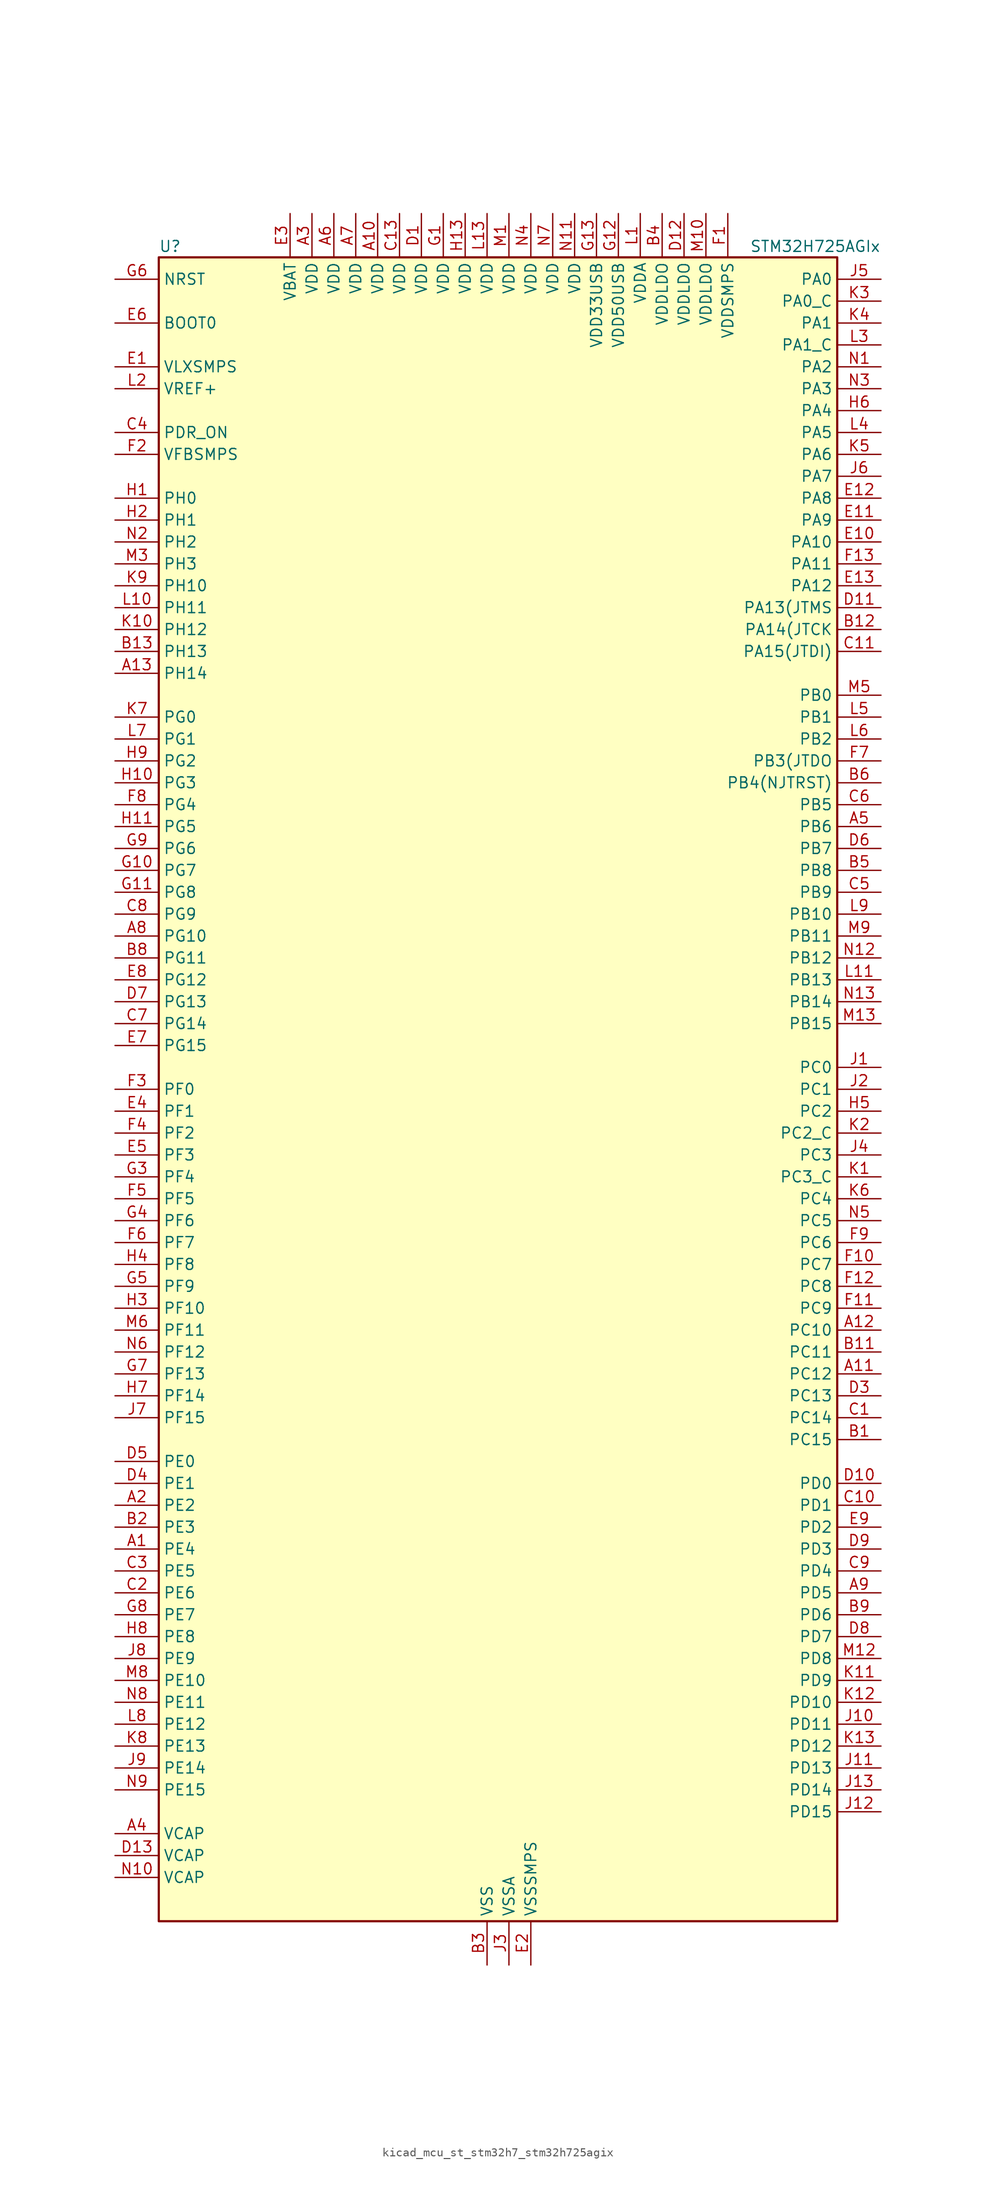
<source format=kicad_sym>
(kicad_symbol_lib
  (version 20220914)
  (generator kicad_symbol_editor)
  (symbol "kicad_mcu_st_stm32h7_stm32h725agix"
    (property "Reference" "U"
      (at -38.1 97.79 0)
      (effects (font (size 1.27 1.27)) (justify left)))
    (property "Value" "STM32H725AGIx"
      (at 30.48 97.79 0)
      (effects (font (size 1.27 1.27)) (justify left)))
    (property "ki_locked" ""
      (at 0 0 0)
      (effects (font (size 1.27 1.27))))
    (symbol "kicad_mcu_st_stm32h7_stm32h725agix_0_1"
      (rectangle (start -38.1 -96.52) (end 40.64 96.52) (stroke (width 0.254) (type default)) (fill (type background))))
    (symbol "kicad_mcu_st_stm32h7_stm32h725agix_1_1"
      (pin bidirectional line (at -43.18 -53.34 0) (length 5.08) (name "PE4" (effects (font (size 1.27 1.27)))) (number "A1" (effects (font (size 1.27 1.27)))) (alternate "DCMI_D4" bidirectional line) (alternate "DEBUG_TRACED1" bidirectional line) (alternate "DFSDM1_DATIN3" bidirectional line) (alternate "FMC_A20" bidirectional line) (alternate "LTDC_B0" bidirectional line) (alternate "PSSI_D4" bidirectional line) (alternate "SAI1_D2" bidirectional line) (alternate "SAI1_FS_A" bidirectional line) (alternate "SAI4_D2" bidirectional line) (alternate "SAI4_FS_A" bidirectional line) (alternate "SPI4_NSS" bidirectional line) (alternate "TIM15_CH1N" bidirectional line))
      (pin power_in line (at -12.7 101.6 270) (length 5.08) (name "VDD" (effects (font (size 1.27 1.27)))) (number "A10" (effects (font (size 1.27 1.27)))))
      (pin bidirectional line (at 45.72 -33.02 180) (length 5.08) (name "PC12" (effects (font (size 1.27 1.27)))) (number "A11" (effects (font (size 1.27 1.27)))) (alternate "DCMI_D9" bidirectional line) (alternate "DEBUG_TRACED3" bidirectional line) (alternate "FMC_D6" bidirectional line) (alternate "FMC_DA6" bidirectional line) (alternate "I2C5_SMBA" bidirectional line) (alternate "I2S3_SDO" bidirectional line) (alternate "I2S6_CK" bidirectional line) (alternate "LTDC_R6" bidirectional line) (alternate "PSSI_D9" bidirectional line) (alternate "SDMMC1_CK" bidirectional line) (alternate "SPI3_MOSI" bidirectional line) (alternate "SPI6_SCK" bidirectional line) (alternate "TIM15_CH1" bidirectional line) (alternate "UART5_TX" bidirectional line) (alternate "USART3_CK" bidirectional line))
      (pin bidirectional line (at 45.72 -27.94 180) (length 5.08) (name "PC10" (effects (font (size 1.27 1.27)))) (number "A12" (effects (font (size 1.27 1.27)))) (alternate "DCMI_D8" bidirectional line) (alternate "DFSDM1_CKIN5" bidirectional line) (alternate "I2C5_SDA" bidirectional line) (alternate "I2S3_CK" bidirectional line) (alternate "LTDC_B1" bidirectional line) (alternate "LTDC_R2" bidirectional line) (alternate "OCTOSPIM_P1_IO1" bidirectional line) (alternate "PSSI_D8" bidirectional line) (alternate "SDMMC1_D2" bidirectional line) (alternate "SPI3_SCK" bidirectional line) (alternate "SWPMI1_RX" bidirectional line) (alternate "UART4_TX" bidirectional line) (alternate "USART3_TX" bidirectional line))
      (pin bidirectional line (at -43.18 48.26 0) (length 5.08) (name "PH14" (effects (font (size 1.27 1.27)))) (number "A13" (effects (font (size 1.27 1.27)))) (alternate "DCMI_D4" bidirectional line) (alternate "FDCAN1_RX" bidirectional line) (alternate "FMC_D22" bidirectional line) (alternate "LTDC_G3" bidirectional line) (alternate "PSSI_D4" bidirectional line) (alternate "TIM8_CH2N" bidirectional line) (alternate "UART4_RX" bidirectional line))
      (pin bidirectional line (at -43.18 -48.26 0) (length 5.08) (name "PE2" (effects (font (size 1.27 1.27)))) (number "A2" (effects (font (size 1.27 1.27)))) (alternate "DEBUG_TRACECLK" bidirectional line) (alternate "ETH_TXD3" bidirectional line) (alternate "FMC_A23" bidirectional line) (alternate "OCTOSPIM_P1_IO2" bidirectional line) (alternate "SAI1_CK1" bidirectional line) (alternate "SAI1_MCLK_A" bidirectional line) (alternate "SAI4_CK1" bidirectional line) (alternate "SAI4_MCLK_A" bidirectional line) (alternate "SPI4_SCK" bidirectional line) (alternate "USART10_RX" bidirectional line))
      (pin power_in line (at -20.32 101.6 270) (length 5.08) (name "VDD" (effects (font (size 1.27 1.27)))) (number "A3" (effects (font (size 1.27 1.27)))))
      (pin power_out line (at -43.18 -86.36 0) (length 5.08) (name "VCAP" (effects (font (size 1.27 1.27)))) (number "A4" (effects (font (size 1.27 1.27)))))
      (pin bidirectional line (at 45.72 30.48 180) (length 5.08) (name "PB6" (effects (font (size 1.27 1.27)))) (number "A5" (effects (font (size 1.27 1.27)))) (alternate "CEC" bidirectional line) (alternate "DCMI_D5" bidirectional line) (alternate "DFSDM1_DATIN5" bidirectional line) (alternate "FDCAN2_TX" bidirectional line) (alternate "FMC_SDNE1" bidirectional line) (alternate "I2C1_SCL" bidirectional line) (alternate "I2C4_SCL" bidirectional line) (alternate "LPUART1_TX" bidirectional line) (alternate "OCTOSPIM_P1_NCS" bidirectional line) (alternate "PSSI_D5" bidirectional line) (alternate "TIM16_CH1N" bidirectional line) (alternate "TIM4_CH1" bidirectional line) (alternate "UART5_TX" bidirectional line) (alternate "USART1_TX" bidirectional line))
      (pin power_in line (at -17.78 101.6 270) (length 5.08) (name "VDD" (effects (font (size 1.27 1.27)))) (number "A6" (effects (font (size 1.27 1.27)))))
      (pin power_in line (at -15.24 101.6 270) (length 5.08) (name "VDD" (effects (font (size 1.27 1.27)))) (number "A7" (effects (font (size 1.27 1.27)))))
      (pin bidirectional line (at -43.18 17.78 0) (length 5.08) (name "PG10" (effects (font (size 1.27 1.27)))) (number "A8" (effects (font (size 1.27 1.27)))) (alternate "DCMI_D2" bidirectional line) (alternate "FDCAN3_RX" bidirectional line) (alternate "FMC_NE3" bidirectional line) (alternate "I2S1_WS" bidirectional line) (alternate "LTDC_B2" bidirectional line) (alternate "LTDC_G3" bidirectional line) (alternate "OCTOSPIM_P2_IO6" bidirectional line) (alternate "PSSI_D2" bidirectional line) (alternate "SAI4_SD_B" bidirectional line) (alternate "SDMMC2_D1" bidirectional line) (alternate "SPI1_NSS" bidirectional line))
      (pin bidirectional line (at 45.72 -58.42 180) (length 5.08) (name "PD5" (effects (font (size 1.27 1.27)))) (number "A9" (effects (font (size 1.27 1.27)))) (alternate "FMC_NWE" bidirectional line) (alternate "OCTOSPIM_P1_IO5" bidirectional line) (alternate "USART2_TX" bidirectional line))
      (pin bidirectional line (at 45.72 -40.64 180) (length 5.08) (name "PC15" (effects (font (size 1.27 1.27)))) (number "B1" (effects (font (size 1.27 1.27)))) (alternate "ADC1_EXTI15" bidirectional line) (alternate "ADC2_EXTI15" bidirectional line) (alternate "ADC3_EXTI15" bidirectional line) (alternate "RCC_OSC32_OUT" bidirectional line))
      (pin passive line (at 0 -101.6 90) (length 5.08) hide (name "VSS" (effects (font (size 1.27 1.27)))) (number "B10" (effects (font (size 1.27 1.27)))))
      (pin bidirectional line (at 45.72 -30.48 180) (length 5.08) (name "PC11" (effects (font (size 1.27 1.27)))) (number "B11" (effects (font (size 1.27 1.27)))) (alternate "ADC1_EXTI11" bidirectional line) (alternate "ADC2_EXTI11" bidirectional line) (alternate "ADC3_EXTI11" bidirectional line) (alternate "DCMI_D4" bidirectional line) (alternate "DFSDM1_DATIN5" bidirectional line) (alternate "I2C5_SCL" bidirectional line) (alternate "I2S3_SDI" bidirectional line) (alternate "LTDC_B4" bidirectional line) (alternate "OCTOSPIM_P1_NCS" bidirectional line) (alternate "PSSI_D4" bidirectional line) (alternate "SDMMC1_D3" bidirectional line) (alternate "SPI3_MISO" bidirectional line) (alternate "UART4_RX" bidirectional line) (alternate "USART3_RX" bidirectional line))
      (pin bidirectional line (at 45.72 53.34 180) (length 5.08) (name "PA14(JTCK" (effects (font (size 1.27 1.27)))) (number "B12" (effects (font (size 1.27 1.27)))) (alternate "DEBUG_JTCK-SWCLK" bidirectional line))
      (pin bidirectional line (at -43.18 50.8 0) (length 5.08) (name "PH13" (effects (font (size 1.27 1.27)))) (number "B13" (effects (font (size 1.27 1.27)))) (alternate "FDCAN1_TX" bidirectional line) (alternate "FMC_D21" bidirectional line) (alternate "LTDC_G2" bidirectional line) (alternate "TIM8_CH1N" bidirectional line) (alternate "UART4_TX" bidirectional line))
      (pin bidirectional line (at -43.18 -50.8 0) (length 5.08) (name "PE3" (effects (font (size 1.27 1.27)))) (number "B2" (effects (font (size 1.27 1.27)))) (alternate "DEBUG_TRACED0" bidirectional line) (alternate "FMC_A19" bidirectional line) (alternate "SAI1_SD_B" bidirectional line) (alternate "SAI4_SD_B" bidirectional line) (alternate "TIM15_BKIN" bidirectional line) (alternate "USART10_TX" bidirectional line))
      (pin power_in line (at 0 -101.6 90) (length 5.08) (name "VSS" (effects (font (size 1.27 1.27)))) (number "B3" (effects (font (size 1.27 1.27)))))
      (pin power_in line (at 20.32 101.6 270) (length 5.08) (name "VDDLDO" (effects (font (size 1.27 1.27)))) (number "B4" (effects (font (size 1.27 1.27)))))
      (pin bidirectional line (at 45.72 25.4 180) (length 5.08) (name "PB8" (effects (font (size 1.27 1.27)))) (number "B5" (effects (font (size 1.27 1.27)))) (alternate "DCMI_D6" bidirectional line) (alternate "DFSDM1_CKIN7" bidirectional line) (alternate "ETH_TXD3" bidirectional line) (alternate "FDCAN1_RX" bidirectional line) (alternate "I2C1_SCL" bidirectional line) (alternate "I2C4_SCL" bidirectional line) (alternate "LTDC_B6" bidirectional line) (alternate "PSSI_D6" bidirectional line) (alternate "SDMMC1_CKIN" bidirectional line) (alternate "SDMMC1_D4" bidirectional line) (alternate "SDMMC2_D4" bidirectional line) (alternate "TIM16_CH1" bidirectional line) (alternate "TIM4_CH3" bidirectional line) (alternate "UART4_RX" bidirectional line))
      (pin bidirectional line (at 45.72 35.56 180) (length 5.08) (name "PB4(NJTRST)" (effects (font (size 1.27 1.27)))) (number "B6" (effects (font (size 1.27 1.27)))) (alternate "DEBUG_JTRST" bidirectional line) (alternate "I2S1_SDI" bidirectional line) (alternate "I2S2_WS" bidirectional line) (alternate "I2S3_SDI" bidirectional line) (alternate "I2S6_SDI" bidirectional line) (alternate "SDMMC2_D3" bidirectional line) (alternate "SPI1_MISO" bidirectional line) (alternate "SPI2_NSS" bidirectional line) (alternate "SPI3_MISO" bidirectional line) (alternate "SPI6_MISO" bidirectional line) (alternate "TIM16_BKIN" bidirectional line) (alternate "TIM3_CH1" bidirectional line) (alternate "UART7_TX" bidirectional line))
      (pin passive line (at 0 -101.6 90) (length 5.08) hide (name "VSS" (effects (font (size 1.27 1.27)))) (number "B7" (effects (font (size 1.27 1.27)))))
      (pin bidirectional line (at -43.18 15.24 0) (length 5.08) (name "PG11" (effects (font (size 1.27 1.27)))) (number "B8" (effects (font (size 1.27 1.27)))) (alternate "ADC1_EXTI11" bidirectional line) (alternate "ADC2_EXTI11" bidirectional line) (alternate "ADC3_EXTI11" bidirectional line) (alternate "DCMI_D3" bidirectional line) (alternate "ETH_TX_EN" bidirectional line) (alternate "I2S1_CK" bidirectional line) (alternate "LPTIM1_IN2" bidirectional line) (alternate "LTDC_B3" bidirectional line) (alternate "OCTOSPIM_P2_IO7" bidirectional line) (alternate "PSSI_D3" bidirectional line) (alternate "SDMMC2_D2" bidirectional line) (alternate "SPDIFRX1_IN0" bidirectional line) (alternate "SPI1_SCK" bidirectional line) (alternate "USART10_RX" bidirectional line))
      (pin bidirectional line (at 45.72 -60.96 180) (length 5.08) (name "PD6" (effects (font (size 1.27 1.27)))) (number "B9" (effects (font (size 1.27 1.27)))) (alternate "DCMI_D10" bidirectional line) (alternate "DFSDM1_CKIN4" bidirectional line) (alternate "DFSDM1_DATIN1" bidirectional line) (alternate "FMC_NWAIT" bidirectional line) (alternate "I2S3_SDO" bidirectional line) (alternate "LTDC_B2" bidirectional line) (alternate "OCTOSPIM_P1_IO6" bidirectional line) (alternate "PSSI_D10" bidirectional line) (alternate "SAI1_D1" bidirectional line) (alternate "SAI1_SD_A" bidirectional line) (alternate "SAI4_D1" bidirectional line) (alternate "SAI4_SD_A" bidirectional line) (alternate "SDMMC2_CK" bidirectional line) (alternate "SPI3_MOSI" bidirectional line) (alternate "USART2_RX" bidirectional line))
      (pin bidirectional line (at 45.72 -38.1 180) (length 5.08) (name "PC14" (effects (font (size 1.27 1.27)))) (number "C1" (effects (font (size 1.27 1.27)))) (alternate "RCC_OSC32_IN" bidirectional line))
      (pin bidirectional line (at 45.72 -48.26 180) (length 5.08) (name "PD1" (effects (font (size 1.27 1.27)))) (number "C10" (effects (font (size 1.27 1.27)))) (alternate "DFSDM1_DATIN6" bidirectional line) (alternate "FDCAN1_TX" bidirectional line) (alternate "FMC_D3" bidirectional line) (alternate "FMC_DA3" bidirectional line) (alternate "UART4_TX" bidirectional line))
      (pin bidirectional line (at 45.72 50.8 180) (length 5.08) (name "PA15(JTDI)" (effects (font (size 1.27 1.27)))) (number "C11" (effects (font (size 1.27 1.27)))) (alternate "ADC1_EXTI15" bidirectional line) (alternate "ADC2_EXTI15" bidirectional line) (alternate "ADC3_EXTI15" bidirectional line) (alternate "CEC" bidirectional line) (alternate "DEBUG_JTDI" bidirectional line) (alternate "I2S1_WS" bidirectional line) (alternate "I2S3_WS" bidirectional line) (alternate "I2S6_WS" bidirectional line) (alternate "LTDC_B6" bidirectional line) (alternate "LTDC_R3" bidirectional line) (alternate "SPI1_NSS" bidirectional line) (alternate "SPI3_NSS" bidirectional line) (alternate "SPI6_NSS" bidirectional line) (alternate "TIM2_CH1" bidirectional line) (alternate "TIM2_ETR" bidirectional line) (alternate "UART4_DE" bidirectional line) (alternate "UART4_RTS" bidirectional line) (alternate "UART7_TX" bidirectional line))
      (pin passive line (at 0 -101.6 90) (length 5.08) hide (name "VSS" (effects (font (size 1.27 1.27)))) (number "C12" (effects (font (size 1.27 1.27)))))
      (pin power_in line (at -10.16 101.6 270) (length 5.08) (name "VDD" (effects (font (size 1.27 1.27)))) (number "C13" (effects (font (size 1.27 1.27)))))
      (pin bidirectional line (at -43.18 -58.42 0) (length 5.08) (name "PE6" (effects (font (size 1.27 1.27)))) (number "C2" (effects (font (size 1.27 1.27)))) (alternate "DCMI_D7" bidirectional line) (alternate "DEBUG_TRACED3" bidirectional line) (alternate "FMC_A22" bidirectional line) (alternate "LTDC_G1" bidirectional line) (alternate "PSSI_D7" bidirectional line) (alternate "SAI1_D1" bidirectional line) (alternate "SAI1_SD_A" bidirectional line) (alternate "SAI4_D1" bidirectional line) (alternate "SAI4_MCLK_B" bidirectional line) (alternate "SAI4_SD_A" bidirectional line) (alternate "SPI4_MOSI" bidirectional line) (alternate "TIM15_CH2" bidirectional line) (alternate "TIM1_BKIN2" bidirectional line) (alternate "TIM1_BKIN2_COMP1" bidirectional line) (alternate "TIM1_BKIN2_COMP2" bidirectional line))
      (pin bidirectional line (at -43.18 -55.88 0) (length 5.08) (name "PE5" (effects (font (size 1.27 1.27)))) (number "C3" (effects (font (size 1.27 1.27)))) (alternate "DCMI_D6" bidirectional line) (alternate "DEBUG_TRACED2" bidirectional line) (alternate "DFSDM1_CKIN3" bidirectional line) (alternate "FMC_A21" bidirectional line) (alternate "LTDC_G0" bidirectional line) (alternate "PSSI_D6" bidirectional line) (alternate "SAI1_CK2" bidirectional line) (alternate "SAI1_SCK_A" bidirectional line) (alternate "SAI4_CK2" bidirectional line) (alternate "SAI4_SCK_A" bidirectional line) (alternate "SPI4_MISO" bidirectional line) (alternate "TIM15_CH1" bidirectional line))
      (pin input line (at -43.18 76.2 0) (length 5.08) (name "PDR_ON" (effects (font (size 1.27 1.27)))) (number "C4" (effects (font (size 1.27 1.27)))))
      (pin bidirectional line (at 45.72 22.86 180) (length 5.08) (name "PB9" (effects (font (size 1.27 1.27)))) (number "C5" (effects (font (size 1.27 1.27)))) (alternate "DAC1_EXTI9" bidirectional line) (alternate "DCMI_D7" bidirectional line) (alternate "DFSDM1_DATIN7" bidirectional line) (alternate "FDCAN1_TX" bidirectional line) (alternate "I2C1_SDA" bidirectional line) (alternate "I2C4_SDA" bidirectional line) (alternate "I2C4_SMBA" bidirectional line) (alternate "I2S2_WS" bidirectional line) (alternate "LTDC_B7" bidirectional line) (alternate "PSSI_D7" bidirectional line) (alternate "SDMMC1_CDIR" bidirectional line) (alternate "SDMMC1_D5" bidirectional line) (alternate "SDMMC2_D5" bidirectional line) (alternate "SPI2_NSS" bidirectional line) (alternate "TIM17_CH1" bidirectional line) (alternate "TIM4_CH4" bidirectional line) (alternate "UART4_TX" bidirectional line))
      (pin bidirectional line (at 45.72 33.02 180) (length 5.08) (name "PB5" (effects (font (size 1.27 1.27)))) (number "C6" (effects (font (size 1.27 1.27)))) (alternate "DCMI_D10" bidirectional line) (alternate "ETH_PPS_OUT" bidirectional line) (alternate "FDCAN2_RX" bidirectional line) (alternate "FMC_SDCKE1" bidirectional line) (alternate "I2C1_SMBA" bidirectional line) (alternate "I2C4_SMBA" bidirectional line) (alternate "I2S1_SDO" bidirectional line) (alternate "I2S3_SDO" bidirectional line) (alternate "I2S6_SDO" bidirectional line) (alternate "LTDC_B5" bidirectional line) (alternate "PSSI_D10" bidirectional line) (alternate "SPI1_MOSI" bidirectional line) (alternate "SPI3_MOSI" bidirectional line) (alternate "SPI6_MOSI" bidirectional line) (alternate "TIM17_BKIN" bidirectional line) (alternate "TIM3_CH2" bidirectional line) (alternate "UART5_RX" bidirectional line) (alternate "USB_OTG_HS_ULPI_D7" bidirectional line))
      (pin bidirectional line (at -43.18 7.62 0) (length 5.08) (name "PG14" (effects (font (size 1.27 1.27)))) (number "C7" (effects (font (size 1.27 1.27)))) (alternate "DEBUG_TRACED1" bidirectional line) (alternate "ETH_TXD1" bidirectional line) (alternate "FMC_A25" bidirectional line) (alternate "I2S6_SDO" bidirectional line) (alternate "LPTIM1_ETR" bidirectional line) (alternate "LTDC_B0" bidirectional line) (alternate "OCTOSPIM_P1_IO7" bidirectional line) (alternate "SDMMC2_D7" bidirectional line) (alternate "SPI6_MOSI" bidirectional line) (alternate "TIM23_CH3" bidirectional line) (alternate "USART10_DE" bidirectional line) (alternate "USART10_RTS" bidirectional line) (alternate "USART6_TX" bidirectional line))
      (pin bidirectional line (at -43.18 20.32 0) (length 5.08) (name "PG9" (effects (font (size 1.27 1.27)))) (number "C8" (effects (font (size 1.27 1.27)))) (alternate "DAC1_EXTI9" bidirectional line) (alternate "DCMI_VSYNC" bidirectional line) (alternate "FDCAN3_TX" bidirectional line) (alternate "FMC_NCE" bidirectional line) (alternate "FMC_NE2" bidirectional line) (alternate "I2S1_SDI" bidirectional line) (alternate "OCTOSPIM_P1_IO6" bidirectional line) (alternate "PSSI_RDY" bidirectional line) (alternate "SAI4_FS_B" bidirectional line) (alternate "SDMMC2_D0" bidirectional line) (alternate "SPDIFRX1_IN3" bidirectional line) (alternate "SPI1_MISO" bidirectional line) (alternate "USART6_RX" bidirectional line))
      (pin bidirectional line (at 45.72 -55.88 180) (length 5.08) (name "PD4" (effects (font (size 1.27 1.27)))) (number "C9" (effects (font (size 1.27 1.27)))) (alternate "FMC_NOE" bidirectional line) (alternate "OCTOSPIM_P1_IO4" bidirectional line) (alternate "USART2_DE" bidirectional line) (alternate "USART2_RTS" bidirectional line))
      (pin power_in line (at -7.62 101.6 270) (length 5.08) (name "VDD" (effects (font (size 1.27 1.27)))) (number "D1" (effects (font (size 1.27 1.27)))))
      (pin bidirectional line (at 45.72 -45.72 180) (length 5.08) (name "PD0" (effects (font (size 1.27 1.27)))) (number "D10" (effects (font (size 1.27 1.27)))) (alternate "DFSDM1_CKIN6" bidirectional line) (alternate "FDCAN1_RX" bidirectional line) (alternate "FMC_D2" bidirectional line) (alternate "FMC_DA2" bidirectional line) (alternate "LTDC_B1" bidirectional line) (alternate "UART4_RX" bidirectional line) (alternate "UART9_CTS" bidirectional line))
      (pin bidirectional line (at 45.72 55.88 180) (length 5.08) (name "PA13(JTMS" (effects (font (size 1.27 1.27)))) (number "D11" (effects (font (size 1.27 1.27)))) (alternate "DEBUG_JTMS-SWDIO" bidirectional line))
      (pin power_in line (at 22.86 101.6 270) (length 5.08) (name "VDDLDO" (effects (font (size 1.27 1.27)))) (number "D12" (effects (font (size 1.27 1.27)))))
      (pin power_out line (at -43.18 -88.9 0) (length 5.08) (name "VCAP" (effects (font (size 1.27 1.27)))) (number "D13" (effects (font (size 1.27 1.27)))))
      (pin passive line (at 0 -101.6 90) (length 5.08) hide (name "VSS" (effects (font (size 1.27 1.27)))) (number "D2" (effects (font (size 1.27 1.27)))))
      (pin bidirectional line (at 45.72 -35.56 180) (length 5.08) (name "PC13" (effects (font (size 1.27 1.27)))) (number "D3" (effects (font (size 1.27 1.27)))) (alternate "PWR_WKUP4" bidirectional line) (alternate "RTC_OUT_ALARM" bidirectional line) (alternate "RTC_OUT_CALIB" bidirectional line) (alternate "RTC_TAMP1" bidirectional line) (alternate "RTC_TS" bidirectional line))
      (pin bidirectional line (at -43.18 -45.72 0) (length 5.08) (name "PE1" (effects (font (size 1.27 1.27)))) (number "D4" (effects (font (size 1.27 1.27)))) (alternate "DCMI_D3" bidirectional line) (alternate "FMC_NBL1" bidirectional line) (alternate "LPTIM1_IN2" bidirectional line) (alternate "LTDC_R6" bidirectional line) (alternate "PSSI_D3" bidirectional line) (alternate "UART8_TX" bidirectional line))
      (pin bidirectional line (at -43.18 -43.18 0) (length 5.08) (name "PE0" (effects (font (size 1.27 1.27)))) (number "D5" (effects (font (size 1.27 1.27)))) (alternate "DCMI_D2" bidirectional line) (alternate "FMC_NBL0" bidirectional line) (alternate "LPTIM1_ETR" bidirectional line) (alternate "LPTIM2_ETR" bidirectional line) (alternate "LTDC_R0" bidirectional line) (alternate "PSSI_D2" bidirectional line) (alternate "SAI4_MCLK_A" bidirectional line) (alternate "TIM4_ETR" bidirectional line) (alternate "UART8_RX" bidirectional line))
      (pin bidirectional line (at 45.72 27.94 180) (length 5.08) (name "PB7" (effects (font (size 1.27 1.27)))) (number "D6" (effects (font (size 1.27 1.27)))) (alternate "DCMI_VSYNC" bidirectional line) (alternate "DFSDM1_CKIN5" bidirectional line) (alternate "FMC_NL" bidirectional line) (alternate "I2C1_SDA" bidirectional line) (alternate "I2C4_SDA" bidirectional line) (alternate "LPUART1_RX" bidirectional line) (alternate "PSSI_RDY" bidirectional line) (alternate "PWR_PVD_IN" bidirectional line) (alternate "TIM17_CH1N" bidirectional line) (alternate "TIM4_CH2" bidirectional line) (alternate "USART1_RX" bidirectional line))
      (pin bidirectional line (at -43.18 10.16 0) (length 5.08) (name "PG13" (effects (font (size 1.27 1.27)))) (number "D7" (effects (font (size 1.27 1.27)))) (alternate "DEBUG_TRACED0" bidirectional line) (alternate "ETH_TXD0" bidirectional line) (alternate "FMC_A24" bidirectional line) (alternate "I2S6_CK" bidirectional line) (alternate "LPTIM1_OUT" bidirectional line) (alternate "LTDC_R0" bidirectional line) (alternate "SDMMC2_D6" bidirectional line) (alternate "SPI6_SCK" bidirectional line) (alternate "TIM23_CH2" bidirectional line) (alternate "USART10_CTS" bidirectional line) (alternate "USART10_NSS" bidirectional line) (alternate "USART6_CTS" bidirectional line) (alternate "USART6_NSS" bidirectional line))
      (pin bidirectional line (at 45.72 -63.5 180) (length 5.08) (name "PD7" (effects (font (size 1.27 1.27)))) (number "D8" (effects (font (size 1.27 1.27)))) (alternate "DFSDM1_CKIN1" bidirectional line) (alternate "DFSDM1_DATIN4" bidirectional line) (alternate "FMC_NE1" bidirectional line) (alternate "I2S1_SDO" bidirectional line) (alternate "OCTOSPIM_P1_IO7" bidirectional line) (alternate "SDMMC2_CMD" bidirectional line) (alternate "SPDIFRX1_IN0" bidirectional line) (alternate "SPI1_MOSI" bidirectional line) (alternate "USART2_CK" bidirectional line))
      (pin bidirectional line (at 45.72 -53.34 180) (length 5.08) (name "PD3" (effects (font (size 1.27 1.27)))) (number "D9" (effects (font (size 1.27 1.27)))) (alternate "DCMI_D5" bidirectional line) (alternate "DFSDM1_CKOUT" bidirectional line) (alternate "FMC_CLK" bidirectional line) (alternate "I2S2_CK" bidirectional line) (alternate "LTDC_G7" bidirectional line) (alternate "PSSI_D5" bidirectional line) (alternate "SPI2_SCK" bidirectional line) (alternate "USART2_CTS" bidirectional line) (alternate "USART2_NSS" bidirectional line))
      (pin power_in line (at -43.18 83.82 0) (length 5.08) (name "VLXSMPS" (effects (font (size 1.27 1.27)))) (number "E1" (effects (font (size 1.27 1.27)))))
      (pin bidirectional line (at 45.72 63.5 180) (length 5.08) (name "PA10" (effects (font (size 1.27 1.27)))) (number "E10" (effects (font (size 1.27 1.27)))) (alternate "DCMI_D1" bidirectional line) (alternate "LPUART1_RX" bidirectional line) (alternate "LTDC_B1" bidirectional line) (alternate "LTDC_B4" bidirectional line) (alternate "MDIOS_MDIO" bidirectional line) (alternate "PSSI_D1" bidirectional line) (alternate "TIM1_CH3" bidirectional line) (alternate "USART1_RX" bidirectional line) (alternate "USB_OTG_HS_ID" bidirectional line))
      (pin bidirectional line (at 45.72 66.04 180) (length 5.08) (name "PA9" (effects (font (size 1.27 1.27)))) (number "E11" (effects (font (size 1.27 1.27)))) (alternate "DAC1_EXTI9" bidirectional line) (alternate "DCMI_D0" bidirectional line) (alternate "ETH_TX_ER" bidirectional line) (alternate "I2C3_SMBA" bidirectional line) (alternate "I2C5_SMBA" bidirectional line) (alternate "I2S2_CK" bidirectional line) (alternate "LPUART1_TX" bidirectional line) (alternate "LTDC_R5" bidirectional line) (alternate "PSSI_D0" bidirectional line) (alternate "SPI2_SCK" bidirectional line) (alternate "TIM1_CH2" bidirectional line) (alternate "USART1_TX" bidirectional line) (alternate "USB_OTG_HS_VBUS" bidirectional line))
      (pin bidirectional line (at 45.72 68.58 180) (length 5.08) (name "PA8" (effects (font (size 1.27 1.27)))) (number "E12" (effects (font (size 1.27 1.27)))) (alternate "I2C3_SCL" bidirectional line) (alternate "I2C5_SCL" bidirectional line) (alternate "LTDC_B3" bidirectional line) (alternate "LTDC_R6" bidirectional line) (alternate "RCC_MCO_1" bidirectional line) (alternate "TIM1_CH1" bidirectional line) (alternate "TIM8_BKIN2" bidirectional line) (alternate "TIM8_BKIN2_COMP1" bidirectional line) (alternate "TIM8_BKIN2_COMP2" bidirectional line) (alternate "UART7_RX" bidirectional line) (alternate "USART1_CK" bidirectional line) (alternate "USB_OTG_HS_SOF" bidirectional line))
      (pin bidirectional line (at 45.72 58.42 180) (length 5.08) (name "PA12" (effects (font (size 1.27 1.27)))) (number "E13" (effects (font (size 1.27 1.27)))) (alternate "FDCAN1_TX" bidirectional line) (alternate "I2S2_CK" bidirectional line) (alternate "LPUART1_DE" bidirectional line) (alternate "LPUART1_RTS" bidirectional line) (alternate "LTDC_R5" bidirectional line) (alternate "SAI4_FS_B" bidirectional line) (alternate "SPI2_SCK" bidirectional line) (alternate "TIM1_BKIN2" bidirectional line) (alternate "TIM1_ETR" bidirectional line) (alternate "UART4_TX" bidirectional line) (alternate "USART1_DE" bidirectional line) (alternate "USART1_RTS" bidirectional line) (alternate "USB_OTG_HS_DP" bidirectional line))
      (pin power_in line (at 5.08 -101.6 90) (length 5.08) (name "VSSSMPS" (effects (font (size 1.27 1.27)))) (number "E2" (effects (font (size 1.27 1.27)))))
      (pin power_in line (at -22.86 101.6 270) (length 5.08) (name "VBAT" (effects (font (size 1.27 1.27)))) (number "E3" (effects (font (size 1.27 1.27)))))
      (pin bidirectional line (at -43.18 -2.54 0) (length 5.08) (name "PF1" (effects (font (size 1.27 1.27)))) (number "E4" (effects (font (size 1.27 1.27)))) (alternate "FMC_A1" bidirectional line) (alternate "I2C2_SCL" bidirectional line) (alternate "I2C5_SCL" bidirectional line) (alternate "OCTOSPIM_P2_IO1" bidirectional line) (alternate "TIM23_CH2" bidirectional line))
      (pin bidirectional line (at -43.18 -7.62 0) (length 5.08) (name "PF3" (effects (font (size 1.27 1.27)))) (number "E5" (effects (font (size 1.27 1.27)))) (alternate "ADC3_INP5" bidirectional line) (alternate "FMC_A3" bidirectional line) (alternate "OCTOSPIM_P2_IO3" bidirectional line) (alternate "TIM23_CH4" bidirectional line))
      (pin input line (at -43.18 88.9 0) (length 5.08) (name "BOOT0" (effects (font (size 1.27 1.27)))) (number "E6" (effects (font (size 1.27 1.27)))))
      (pin bidirectional line (at -43.18 5.08 0) (length 5.08) (name "PG15" (effects (font (size 1.27 1.27)))) (number "E7" (effects (font (size 1.27 1.27)))) (alternate "ADC1_EXTI15" bidirectional line) (alternate "ADC2_EXTI15" bidirectional line) (alternate "ADC3_EXTI15" bidirectional line) (alternate "DCMI_D13" bidirectional line) (alternate "FMC_SDNCAS" bidirectional line) (alternate "OCTOSPIM_P2_DQS" bidirectional line) (alternate "PSSI_D13" bidirectional line) (alternate "USART10_CK" bidirectional line) (alternate "USART6_CTS" bidirectional line) (alternate "USART6_NSS" bidirectional line))
      (pin bidirectional line (at -43.18 12.7 0) (length 5.08) (name "PG12" (effects (font (size 1.27 1.27)))) (number "E8" (effects (font (size 1.27 1.27)))) (alternate "ETH_TXD1" bidirectional line) (alternate "FMC_NE4" bidirectional line) (alternate "I2S6_SDI" bidirectional line) (alternate "LPTIM1_IN1" bidirectional line) (alternate "LTDC_B1" bidirectional line) (alternate "LTDC_B4" bidirectional line) (alternate "OCTOSPIM_P2_NCS" bidirectional line) (alternate "SDMMC2_D3" bidirectional line) (alternate "SPDIFRX1_IN1" bidirectional line) (alternate "SPI6_MISO" bidirectional line) (alternate "TIM23_CH1" bidirectional line) (alternate "USART10_TX" bidirectional line) (alternate "USART6_DE" bidirectional line) (alternate "USART6_RTS" bidirectional line))
      (pin bidirectional line (at 45.72 -50.8 180) (length 5.08) (name "PD2" (effects (font (size 1.27 1.27)))) (number "E9" (effects (font (size 1.27 1.27)))) (alternate "DCMI_D11" bidirectional line) (alternate "DEBUG_TRACED2" bidirectional line) (alternate "FMC_D7" bidirectional line) (alternate "FMC_DA7" bidirectional line) (alternate "LTDC_B2" bidirectional line) (alternate "LTDC_B7" bidirectional line) (alternate "PSSI_D11" bidirectional line) (alternate "SDMMC1_CMD" bidirectional line) (alternate "TIM15_BKIN" bidirectional line) (alternate "TIM3_ETR" bidirectional line) (alternate "UART5_RX" bidirectional line))
      (pin power_in line (at 27.94 101.6 270) (length 5.08) (name "VDDSMPS" (effects (font (size 1.27 1.27)))) (number "F1" (effects (font (size 1.27 1.27)))))
      (pin bidirectional line (at 45.72 -20.32 180) (length 5.08) (name "PC7" (effects (font (size 1.27 1.27)))) (number "F10" (effects (font (size 1.27 1.27)))) (alternate "DCMI_D1" bidirectional line) (alternate "DEBUG_TRGIO" bidirectional line) (alternate "DFSDM1_DATIN3" bidirectional line) (alternate "FMC_NE1" bidirectional line) (alternate "I2S3_MCK" bidirectional line) (alternate "LTDC_G6" bidirectional line) (alternate "PSSI_D1" bidirectional line) (alternate "SDMMC1_D123DIR" bidirectional line) (alternate "SDMMC1_D7" bidirectional line) (alternate "SDMMC2_D7" bidirectional line) (alternate "SWPMI1_TX" bidirectional line) (alternate "TIM3_CH2" bidirectional line) (alternate "TIM8_CH2" bidirectional line) (alternate "USART6_RX" bidirectional line))
      (pin bidirectional line (at 45.72 -25.4 180) (length 5.08) (name "PC9" (effects (font (size 1.27 1.27)))) (number "F11" (effects (font (size 1.27 1.27)))) (alternate "DAC1_EXTI9" bidirectional line) (alternate "DCMI_D3" bidirectional line) (alternate "I2C3_SDA" bidirectional line) (alternate "I2C5_SDA" bidirectional line) (alternate "I2S_CKIN" bidirectional line) (alternate "LTDC_B2" bidirectional line) (alternate "LTDC_G3" bidirectional line) (alternate "OCTOSPIM_P1_IO0" bidirectional line) (alternate "PSSI_D3" bidirectional line) (alternate "RCC_MCO_2" bidirectional line) (alternate "SDMMC1_D1" bidirectional line) (alternate "SWPMI1_SUSPEND" bidirectional line) (alternate "TIM3_CH4" bidirectional line) (alternate "TIM8_CH4" bidirectional line) (alternate "UART5_CTS" bidirectional line))
      (pin bidirectional line (at 45.72 -22.86 180) (length 5.08) (name "PC8" (effects (font (size 1.27 1.27)))) (number "F12" (effects (font (size 1.27 1.27)))) (alternate "DCMI_D2" bidirectional line) (alternate "DEBUG_TRACED1" bidirectional line) (alternate "FMC_INT" bidirectional line) (alternate "FMC_NCE" bidirectional line) (alternate "FMC_NE2" bidirectional line) (alternate "PSSI_D2" bidirectional line) (alternate "SDMMC1_D0" bidirectional line) (alternate "SWPMI1_RX" bidirectional line) (alternate "TIM3_CH3" bidirectional line) (alternate "TIM8_CH3" bidirectional line) (alternate "UART5_DE" bidirectional line) (alternate "UART5_RTS" bidirectional line) (alternate "USART6_CK" bidirectional line))
      (pin bidirectional line (at 45.72 60.96 180) (length 5.08) (name "PA11" (effects (font (size 1.27 1.27)))) (number "F13" (effects (font (size 1.27 1.27)))) (alternate "ADC1_EXTI11" bidirectional line) (alternate "ADC2_EXTI11" bidirectional line) (alternate "ADC3_EXTI11" bidirectional line) (alternate "FDCAN1_RX" bidirectional line) (alternate "I2S2_WS" bidirectional line) (alternate "LPUART1_CTS" bidirectional line) (alternate "LTDC_R4" bidirectional line) (alternate "SPI2_NSS" bidirectional line) (alternate "TIM1_CH4" bidirectional line) (alternate "UART4_RX" bidirectional line) (alternate "USART1_CTS" bidirectional line) (alternate "USART1_NSS" bidirectional line) (alternate "USB_OTG_HS_DM" bidirectional line))
      (pin input line (at -43.18 73.66 0) (length 5.08) (name "VFBSMPS" (effects (font (size 1.27 1.27)))) (number "F2" (effects (font (size 1.27 1.27)))))
      (pin bidirectional line (at -43.18 0 0) (length 5.08) (name "PF0" (effects (font (size 1.27 1.27)))) (number "F3" (effects (font (size 1.27 1.27)))) (alternate "FMC_A0" bidirectional line) (alternate "I2C2_SDA" bidirectional line) (alternate "I2C5_SDA" bidirectional line) (alternate "OCTOSPIM_P2_IO0" bidirectional line) (alternate "TIM23_CH1" bidirectional line))
      (pin bidirectional line (at -43.18 -5.08 0) (length 5.08) (name "PF2" (effects (font (size 1.27 1.27)))) (number "F4" (effects (font (size 1.27 1.27)))) (alternate "FMC_A2" bidirectional line) (alternate "I2C2_SMBA" bidirectional line) (alternate "I2C5_SMBA" bidirectional line) (alternate "OCTOSPIM_P2_IO2" bidirectional line) (alternate "TIM23_CH3" bidirectional line))
      (pin bidirectional line (at -43.18 -12.7 0) (length 5.08) (name "PF5" (effects (font (size 1.27 1.27)))) (number "F5" (effects (font (size 1.27 1.27)))) (alternate "ADC3_INP4" bidirectional line) (alternate "FMC_A5" bidirectional line) (alternate "OCTOSPIM_P2_NCLK" bidirectional line))
      (pin bidirectional line (at -43.18 -17.78 0) (length 5.08) (name "PF7" (effects (font (size 1.27 1.27)))) (number "F6" (effects (font (size 1.27 1.27)))) (alternate "ADC3_INP3" bidirectional line) (alternate "FDCAN3_TX" bidirectional line) (alternate "OCTOSPIM_P1_IO2" bidirectional line) (alternate "SAI1_MCLK_B" bidirectional line) (alternate "SAI4_MCLK_B" bidirectional line) (alternate "SPI5_SCK" bidirectional line) (alternate "TIM17_CH1" bidirectional line) (alternate "TIM23_CH2" bidirectional line) (alternate "UART7_TX" bidirectional line))
      (pin bidirectional line (at 45.72 38.1 180) (length 5.08) (name "PB3(JTDO" (effects (font (size 1.27 1.27)))) (number "F7" (effects (font (size 1.27 1.27)))) (alternate "CRS_SYNC" bidirectional line) (alternate "DEBUG_JTDO-SWO" bidirectional line) (alternate "I2S1_CK" bidirectional line) (alternate "I2S3_CK" bidirectional line) (alternate "I2S6_CK" bidirectional line) (alternate "SDMMC2_D2" bidirectional line) (alternate "SPI1_SCK" bidirectional line) (alternate "SPI3_SCK" bidirectional line) (alternate "SPI6_SCK" bidirectional line) (alternate "TIM24_ETR" bidirectional line) (alternate "TIM2_CH2" bidirectional line) (alternate "UART7_RX" bidirectional line))
      (pin bidirectional line (at -43.18 33.02 0) (length 5.08) (name "PG4" (effects (font (size 1.27 1.27)))) (number "F8" (effects (font (size 1.27 1.27)))) (alternate "FMC_A14" bidirectional line) (alternate "FMC_BA0" bidirectional line) (alternate "TIM1_BKIN2" bidirectional line) (alternate "TIM1_BKIN2_COMP1" bidirectional line) (alternate "TIM1_BKIN2_COMP2" bidirectional line))
      (pin bidirectional line (at 45.72 -17.78 180) (length 5.08) (name "PC6" (effects (font (size 1.27 1.27)))) (number "F9" (effects (font (size 1.27 1.27)))) (alternate "DCMI_D0" bidirectional line) (alternate "DFSDM1_CKIN3" bidirectional line) (alternate "FMC_NWAIT" bidirectional line) (alternate "I2S2_MCK" bidirectional line) (alternate "LTDC_HSYNC" bidirectional line) (alternate "PSSI_D0" bidirectional line) (alternate "SDMMC1_D0DIR" bidirectional line) (alternate "SDMMC1_D6" bidirectional line) (alternate "SDMMC2_D6" bidirectional line) (alternate "SWPMI1_IO" bidirectional line) (alternate "TIM3_CH1" bidirectional line) (alternate "TIM8_CH1" bidirectional line) (alternate "USART6_TX" bidirectional line))
      (pin power_in line (at -5.08 101.6 270) (length 5.08) (name "VDD" (effects (font (size 1.27 1.27)))) (number "G1" (effects (font (size 1.27 1.27)))))
      (pin bidirectional line (at -43.18 25.4 0) (length 5.08) (name "PG7" (effects (font (size 1.27 1.27)))) (number "G10" (effects (font (size 1.27 1.27)))) (alternate "DCMI_D13" bidirectional line) (alternate "FMC_INT" bidirectional line) (alternate "LTDC_CLK" bidirectional line) (alternate "OCTOSPIM_P2_DQS" bidirectional line) (alternate "PSSI_D13" bidirectional line) (alternate "SAI1_MCLK_A" bidirectional line) (alternate "USART6_CK" bidirectional line))
      (pin bidirectional line (at -43.18 22.86 0) (length 5.08) (name "PG8" (effects (font (size 1.27 1.27)))) (number "G11" (effects (font (size 1.27 1.27)))) (alternate "ETH_PPS_OUT" bidirectional line) (alternate "FMC_SDCLK" bidirectional line) (alternate "I2S6_WS" bidirectional line) (alternate "LTDC_G7" bidirectional line) (alternate "SPDIFRX1_IN2" bidirectional line) (alternate "SPI6_NSS" bidirectional line) (alternate "TIM8_ETR" bidirectional line) (alternate "USART6_DE" bidirectional line) (alternate "USART6_RTS" bidirectional line))
      (pin power_in line (at 15.24 101.6 270) (length 5.08) (name "VDD50USB" (effects (font (size 1.27 1.27)))) (number "G12" (effects (font (size 1.27 1.27)))))
      (pin power_in line (at 12.7 101.6 270) (length 5.08) (name "VDD33USB" (effects (font (size 1.27 1.27)))) (number "G13" (effects (font (size 1.27 1.27)))))
      (pin passive line (at 0 -101.6 90) (length 5.08) hide (name "VSS" (effects (font (size 1.27 1.27)))) (number "G2" (effects (font (size 1.27 1.27)))))
      (pin bidirectional line (at -43.18 -10.16 0) (length 5.08) (name "PF4" (effects (font (size 1.27 1.27)))) (number "G3" (effects (font (size 1.27 1.27)))) (alternate "ADC3_INN5" bidirectional line) (alternate "ADC3_INP9" bidirectional line) (alternate "FMC_A4" bidirectional line) (alternate "OCTOSPIM_P2_CLK" bidirectional line))
      (pin bidirectional line (at -43.18 -15.24 0) (length 5.08) (name "PF6" (effects (font (size 1.27 1.27)))) (number "G4" (effects (font (size 1.27 1.27)))) (alternate "ADC3_INN4" bidirectional line) (alternate "ADC3_INP8" bidirectional line) (alternate "FDCAN3_RX" bidirectional line) (alternate "OCTOSPIM_P1_IO3" bidirectional line) (alternate "SAI1_SD_B" bidirectional line) (alternate "SAI4_SD_B" bidirectional line) (alternate "SPI5_NSS" bidirectional line) (alternate "TIM16_CH1" bidirectional line) (alternate "TIM23_CH1" bidirectional line) (alternate "UART7_RX" bidirectional line))
      (pin bidirectional line (at -43.18 -22.86 0) (length 5.08) (name "PF9" (effects (font (size 1.27 1.27)))) (number "G5" (effects (font (size 1.27 1.27)))) (alternate "ADC3_INP2" bidirectional line) (alternate "DAC1_EXTI9" bidirectional line) (alternate "OCTOSPIM_P1_IO1" bidirectional line) (alternate "SAI1_FS_B" bidirectional line) (alternate "SAI4_FS_B" bidirectional line) (alternate "SPI5_MOSI" bidirectional line) (alternate "TIM14_CH1" bidirectional line) (alternate "TIM17_CH1N" bidirectional line) (alternate "TIM23_CH4" bidirectional line) (alternate "UART7_CTS" bidirectional line))
      (pin input line (at -43.18 93.98 0) (length 5.08) (name "NRST" (effects (font (size 1.27 1.27)))) (number "G6" (effects (font (size 1.27 1.27)))))
      (pin bidirectional line (at -43.18 -33.02 0) (length 5.08) (name "PF13" (effects (font (size 1.27 1.27)))) (number "G7" (effects (font (size 1.27 1.27)))) (alternate "ADC2_INP2" bidirectional line) (alternate "DFSDM1_DATIN6" bidirectional line) (alternate "FMC_A7" bidirectional line) (alternate "I2C4_SMBA" bidirectional line) (alternate "TIM24_CH3" bidirectional line))
      (pin bidirectional line (at -43.18 -60.96 0) (length 5.08) (name "PE7" (effects (font (size 1.27 1.27)))) (number "G8" (effects (font (size 1.27 1.27)))) (alternate "COMP2_INM" bidirectional line) (alternate "DFSDM1_DATIN2" bidirectional line) (alternate "FMC_D4" bidirectional line) (alternate "FMC_DA4" bidirectional line) (alternate "OCTOSPIM_P1_IO4" bidirectional line) (alternate "OPAMP2_VOUT" bidirectional line) (alternate "TIM1_ETR" bidirectional line) (alternate "UART7_RX" bidirectional line))
      (pin bidirectional line (at -43.18 27.94 0) (length 5.08) (name "PG6" (effects (font (size 1.27 1.27)))) (number "G9" (effects (font (size 1.27 1.27)))) (alternate "DCMI_D12" bidirectional line) (alternate "FMC_NE3" bidirectional line) (alternate "LTDC_R7" bidirectional line) (alternate "OCTOSPIM_P1_NCS" bidirectional line) (alternate "PSSI_D12" bidirectional line) (alternate "TIM17_BKIN" bidirectional line))
      (pin bidirectional line (at -43.18 68.58 0) (length 5.08) (name "PH0" (effects (font (size 1.27 1.27)))) (number "H1" (effects (font (size 1.27 1.27)))) (alternate "RCC_OSC_IN" bidirectional line))
      (pin bidirectional line (at -43.18 35.56 0) (length 5.08) (name "PG3" (effects (font (size 1.27 1.27)))) (number "H10" (effects (font (size 1.27 1.27)))) (alternate "FMC_A13" bidirectional line) (alternate "TIM23_ETR" bidirectional line) (alternate "TIM8_BKIN2" bidirectional line) (alternate "TIM8_BKIN2_COMP1" bidirectional line) (alternate "TIM8_BKIN2_COMP2" bidirectional line))
      (pin bidirectional line (at -43.18 30.48 0) (length 5.08) (name "PG5" (effects (font (size 1.27 1.27)))) (number "H11" (effects (font (size 1.27 1.27)))) (alternate "FMC_A15" bidirectional line) (alternate "FMC_BA1" bidirectional line) (alternate "TIM1_ETR" bidirectional line))
      (pin passive line (at 0 -101.6 90) (length 5.08) hide (name "VSS" (effects (font (size 1.27 1.27)))) (number "H12" (effects (font (size 1.27 1.27)))))
      (pin power_in line (at -2.54 101.6 270) (length 5.08) (name "VDD" (effects (font (size 1.27 1.27)))) (number "H13" (effects (font (size 1.27 1.27)))))
      (pin bidirectional line (at -43.18 66.04 0) (length 5.08) (name "PH1" (effects (font (size 1.27 1.27)))) (number "H2" (effects (font (size 1.27 1.27)))) (alternate "RCC_OSC_OUT" bidirectional line))
      (pin bidirectional line (at -43.18 -25.4 0) (length 5.08) (name "PF10" (effects (font (size 1.27 1.27)))) (number "H3" (effects (font (size 1.27 1.27)))) (alternate "ADC3_INN2" bidirectional line) (alternate "ADC3_INP6" bidirectional line) (alternate "DCMI_D11" bidirectional line) (alternate "LTDC_DE" bidirectional line) (alternate "OCTOSPIM_P1_CLK" bidirectional line) (alternate "PSSI_D11" bidirectional line) (alternate "PSSI_D15" bidirectional line) (alternate "SAI1_D3" bidirectional line) (alternate "SAI4_D3" bidirectional line) (alternate "TIM16_BKIN" bidirectional line))
      (pin bidirectional line (at -43.18 -20.32 0) (length 5.08) (name "PF8" (effects (font (size 1.27 1.27)))) (number "H4" (effects (font (size 1.27 1.27)))) (alternate "ADC3_INN3" bidirectional line) (alternate "ADC3_INP7" bidirectional line) (alternate "OCTOSPIM_P1_IO0" bidirectional line) (alternate "SAI1_SCK_B" bidirectional line) (alternate "SAI4_SCK_B" bidirectional line) (alternate "SPI5_MISO" bidirectional line) (alternate "TIM13_CH1" bidirectional line) (alternate "TIM16_CH1N" bidirectional line) (alternate "TIM23_CH3" bidirectional line) (alternate "UART7_DE" bidirectional line) (alternate "UART7_RTS" bidirectional line))
      (pin bidirectional line (at 45.72 -2.54 180) (length 5.08) (name "PC2" (effects (font (size 1.27 1.27)))) (number "H5" (effects (font (size 1.27 1.27)))) (alternate "ADC1_INN11" bidirectional line) (alternate "ADC1_INP12" bidirectional line) (alternate "ADC2_INN11" bidirectional line) (alternate "ADC2_INP12" bidirectional line) (alternate "ADC3_INN11" bidirectional line) (alternate "ADC3_INP12" bidirectional line) (alternate "DFSDM1_CKIN1" bidirectional line) (alternate "DFSDM1_CKOUT" bidirectional line) (alternate "ETH_TXD2" bidirectional line) (alternate "FMC_SDNE0" bidirectional line) (alternate "I2S2_SDI" bidirectional line) (alternate "OCTOSPIM_P1_IO2" bidirectional line) (alternate "OCTOSPIM_P1_IO5" bidirectional line) (alternate "PWR_CSTOP" bidirectional line) (alternate "SPI2_MISO" bidirectional line) (alternate "USB_OTG_HS_ULPI_DIR" bidirectional line))
      (pin bidirectional line (at 45.72 78.74 180) (length 5.08) (name "PA4" (effects (font (size 1.27 1.27)))) (number "H6" (effects (font (size 1.27 1.27)))) (alternate "ADC1_INP18" bidirectional line) (alternate "ADC2_INP18" bidirectional line) (alternate "DAC1_OUT1" bidirectional line) (alternate "DCMI_HSYNC" bidirectional line) (alternate "FMC_D8" bidirectional line) (alternate "FMC_DA8" bidirectional line) (alternate "I2S1_WS" bidirectional line) (alternate "I2S3_WS" bidirectional line) (alternate "I2S6_WS" bidirectional line) (alternate "LTDC_VSYNC" bidirectional line) (alternate "PSSI_DE" bidirectional line) (alternate "SPI1_NSS" bidirectional line) (alternate "SPI3_NSS" bidirectional line) (alternate "SPI6_NSS" bidirectional line) (alternate "TIM5_ETR" bidirectional line) (alternate "USART2_CK" bidirectional line))
      (pin bidirectional line (at -43.18 -35.56 0) (length 5.08) (name "PF14" (effects (font (size 1.27 1.27)))) (number "H7" (effects (font (size 1.27 1.27)))) (alternate "ADC2_INN2" bidirectional line) (alternate "ADC2_INP6" bidirectional line) (alternate "DFSDM1_CKIN6" bidirectional line) (alternate "FMC_A8" bidirectional line) (alternate "I2C4_SCL" bidirectional line) (alternate "TIM24_CH4" bidirectional line))
      (pin bidirectional line (at -43.18 -63.5 0) (length 5.08) (name "PE8" (effects (font (size 1.27 1.27)))) (number "H8" (effects (font (size 1.27 1.27)))) (alternate "COMP2_OUT" bidirectional line) (alternate "DFSDM1_CKIN2" bidirectional line) (alternate "FMC_D5" bidirectional line) (alternate "FMC_DA5" bidirectional line) (alternate "OCTOSPIM_P1_IO5" bidirectional line) (alternate "OPAMP2_VINM" bidirectional line) (alternate "TIM1_CH1N" bidirectional line) (alternate "UART7_TX" bidirectional line))
      (pin bidirectional line (at -43.18 38.1 0) (length 5.08) (name "PG2" (effects (font (size 1.27 1.27)))) (number "H9" (effects (font (size 1.27 1.27)))) (alternate "FMC_A12" bidirectional line) (alternate "TIM24_ETR" bidirectional line) (alternate "TIM8_BKIN" bidirectional line) (alternate "TIM8_BKIN_COMP1" bidirectional line) (alternate "TIM8_BKIN_COMP2" bidirectional line))
      (pin bidirectional line (at 45.72 2.54 180) (length 5.08) (name "PC0" (effects (font (size 1.27 1.27)))) (number "J1" (effects (font (size 1.27 1.27)))) (alternate "ADC1_INP10" bidirectional line) (alternate "ADC2_INP10" bidirectional line) (alternate "ADC3_INP10" bidirectional line) (alternate "DFSDM1_CKIN0" bidirectional line) (alternate "DFSDM1_DATIN4" bidirectional line) (alternate "FMC_A25" bidirectional line) (alternate "FMC_D12" bidirectional line) (alternate "FMC_DA12" bidirectional line) (alternate "FMC_SDNWE" bidirectional line) (alternate "LTDC_G2" bidirectional line) (alternate "LTDC_R5" bidirectional line) (alternate "SAI4_FS_B" bidirectional line) (alternate "USB_OTG_HS_ULPI_STP" bidirectional line))
      (pin bidirectional line (at 45.72 -73.66 180) (length 5.08) (name "PD11" (effects (font (size 1.27 1.27)))) (number "J10" (effects (font (size 1.27 1.27)))) (alternate "ADC1_EXTI11" bidirectional line) (alternate "ADC2_EXTI11" bidirectional line) (alternate "ADC3_EXTI11" bidirectional line) (alternate "FMC_A16" bidirectional line) (alternate "FMC_CLE" bidirectional line) (alternate "I2C4_SMBA" bidirectional line) (alternate "LPTIM2_IN2" bidirectional line) (alternate "OCTOSPIM_P1_IO0" bidirectional line) (alternate "SAI4_SD_A" bidirectional line) (alternate "USART3_CTS" bidirectional line) (alternate "USART3_NSS" bidirectional line))
      (pin bidirectional line (at 45.72 -78.74 180) (length 5.08) (name "PD13" (effects (font (size 1.27 1.27)))) (number "J11" (effects (font (size 1.27 1.27)))) (alternate "DCMI_D13" bidirectional line) (alternate "FDCAN3_TX" bidirectional line) (alternate "FMC_A18" bidirectional line) (alternate "I2C4_SDA" bidirectional line) (alternate "LPTIM1_OUT" bidirectional line) (alternate "OCTOSPIM_P1_IO3" bidirectional line) (alternate "PSSI_D13" bidirectional line) (alternate "SAI4_SCK_A" bidirectional line) (alternate "TIM4_CH2" bidirectional line) (alternate "UART9_DE" bidirectional line) (alternate "UART9_RTS" bidirectional line))
      (pin bidirectional line (at 45.72 -83.82 180) (length 5.08) (name "PD15" (effects (font (size 1.27 1.27)))) (number "J12" (effects (font (size 1.27 1.27)))) (alternate "ADC1_EXTI15" bidirectional line) (alternate "ADC2_EXTI15" bidirectional line) (alternate "ADC3_EXTI15" bidirectional line) (alternate "FMC_D1" bidirectional line) (alternate "FMC_DA1" bidirectional line) (alternate "TIM4_CH4" bidirectional line) (alternate "UART8_DE" bidirectional line) (alternate "UART8_RTS" bidirectional line) (alternate "UART9_TX" bidirectional line))
      (pin bidirectional line (at 45.72 -81.28 180) (length 5.08) (name "PD14" (effects (font (size 1.27 1.27)))) (number "J13" (effects (font (size 1.27 1.27)))) (alternate "FMC_D0" bidirectional line) (alternate "FMC_DA0" bidirectional line) (alternate "TIM4_CH3" bidirectional line) (alternate "UART8_CTS" bidirectional line) (alternate "UART9_RX" bidirectional line))
      (pin bidirectional line (at 45.72 0 180) (length 5.08) (name "PC1" (effects (font (size 1.27 1.27)))) (number "J2" (effects (font (size 1.27 1.27)))) (alternate "ADC1_INN10" bidirectional line) (alternate "ADC1_INP11" bidirectional line) (alternate "ADC2_INN10" bidirectional line) (alternate "ADC2_INP11" bidirectional line) (alternate "ADC3_INN10" bidirectional line) (alternate "ADC3_INP11" bidirectional line) (alternate "DEBUG_TRACED0" bidirectional line) (alternate "DFSDM1_CKIN4" bidirectional line) (alternate "DFSDM1_DATIN0" bidirectional line) (alternate "ETH_MDC" bidirectional line) (alternate "I2S2_SDO" bidirectional line) (alternate "LTDC_G5" bidirectional line) (alternate "MDIOS_MDC" bidirectional line) (alternate "OCTOSPIM_P1_IO4" bidirectional line) (alternate "PWR_WKUP6" bidirectional line) (alternate "RTC_TAMP3" bidirectional line) (alternate "SAI1_D1" bidirectional line) (alternate "SAI1_SD_A" bidirectional line) (alternate "SAI4_D1" bidirectional line) (alternate "SAI4_SD_A" bidirectional line) (alternate "SDMMC2_CK" bidirectional line) (alternate "SPI2_MOSI" bidirectional line))
      (pin power_in line (at 2.54 -101.6 90) (length 5.08) (name "VSSA" (effects (font (size 1.27 1.27)))) (number "J3" (effects (font (size 1.27 1.27)))))
      (pin bidirectional line (at 45.72 -7.62 180) (length 5.08) (name "PC3" (effects (font (size 1.27 1.27)))) (number "J4" (effects (font (size 1.27 1.27)))) (alternate "ADC1_INN12" bidirectional line) (alternate "ADC1_INP13" bidirectional line) (alternate "ADC2_INN12" bidirectional line) (alternate "ADC2_INP13" bidirectional line) (alternate "DFSDM1_DATIN1" bidirectional line) (alternate "ETH_TX_CLK" bidirectional line) (alternate "FMC_SDCKE0" bidirectional line) (alternate "I2S2_SDO" bidirectional line) (alternate "OCTOSPIM_P1_IO0" bidirectional line) (alternate "OCTOSPIM_P1_IO6" bidirectional line) (alternate "PWR_CSLEEP" bidirectional line) (alternate "SPI2_MOSI" bidirectional line) (alternate "USB_OTG_HS_ULPI_NXT" bidirectional line))
      (pin bidirectional line (at 45.72 93.98 180) (length 5.08) (name "PA0" (effects (font (size 1.27 1.27)))) (number "J5" (effects (font (size 1.27 1.27)))) (alternate "ADC1_INP16" bidirectional line) (alternate "ETH_CRS" bidirectional line) (alternate "FMC_A19" bidirectional line) (alternate "I2S6_WS" bidirectional line) (alternate "PWR_WKUP1" bidirectional line) (alternate "SAI4_SD_B" bidirectional line) (alternate "SDMMC2_CMD" bidirectional line) (alternate "SPI6_NSS" bidirectional line) (alternate "TIM15_BKIN" bidirectional line) (alternate "TIM2_CH1" bidirectional line) (alternate "TIM2_ETR" bidirectional line) (alternate "TIM5_CH1" bidirectional line) (alternate "TIM8_ETR" bidirectional line) (alternate "UART4_TX" bidirectional line) (alternate "USART2_CTS" bidirectional line) (alternate "USART2_NSS" bidirectional line))
      (pin bidirectional line (at 45.72 71.12 180) (length 5.08) (name "PA7" (effects (font (size 1.27 1.27)))) (number "J6" (effects (font (size 1.27 1.27)))) (alternate "ADC1_INN3" bidirectional line) (alternate "ADC1_INP7" bidirectional line) (alternate "ADC2_INN3" bidirectional line) (alternate "ADC2_INP7" bidirectional line) (alternate "ETH_CRS_DV" bidirectional line) (alternate "ETH_RX_DV" bidirectional line) (alternate "FMC_SDNWE" bidirectional line) (alternate "I2S1_SDO" bidirectional line) (alternate "I2S6_SDO" bidirectional line) (alternate "LTDC_VSYNC" bidirectional line) (alternate "OCTOSPIM_P1_IO2" bidirectional line) (alternate "OPAMP1_VINM" bidirectional line) (alternate "SPI1_MOSI" bidirectional line) (alternate "SPI6_MOSI" bidirectional line) (alternate "TIM14_CH1" bidirectional line) (alternate "TIM1_CH1N" bidirectional line) (alternate "TIM3_CH2" bidirectional line) (alternate "TIM8_CH1N" bidirectional line))
      (pin bidirectional line (at -43.18 -38.1 0) (length 5.08) (name "PF15" (effects (font (size 1.27 1.27)))) (number "J7" (effects (font (size 1.27 1.27)))) (alternate "ADC1_EXTI15" bidirectional line) (alternate "ADC2_EXTI15" bidirectional line) (alternate "ADC3_EXTI15" bidirectional line) (alternate "FMC_A9" bidirectional line) (alternate "I2C4_SDA" bidirectional line))
      (pin bidirectional line (at -43.18 -66.04 0) (length 5.08) (name "PE9" (effects (font (size 1.27 1.27)))) (number "J8" (effects (font (size 1.27 1.27)))) (alternate "COMP2_INP" bidirectional line) (alternate "DAC1_EXTI9" bidirectional line) (alternate "DFSDM1_CKOUT" bidirectional line) (alternate "FMC_D6" bidirectional line) (alternate "FMC_DA6" bidirectional line) (alternate "OCTOSPIM_P1_IO6" bidirectional line) (alternate "OPAMP2_VINP" bidirectional line) (alternate "TIM1_CH1" bidirectional line) (alternate "UART7_DE" bidirectional line) (alternate "UART7_RTS" bidirectional line))
      (pin bidirectional line (at -43.18 -78.74 0) (length 5.08) (name "PE14" (effects (font (size 1.27 1.27)))) (number "J9" (effects (font (size 1.27 1.27)))) (alternate "FMC_D11" bidirectional line) (alternate "FMC_DA11" bidirectional line) (alternate "LTDC_CLK" bidirectional line) (alternate "SAI4_MCLK_B" bidirectional line) (alternate "SPI4_MOSI" bidirectional line) (alternate "TIM1_CH4" bidirectional line))
      (pin bidirectional line (at 45.72 -10.16 180) (length 5.08) (name "PC3_C" (effects (font (size 1.27 1.27)))) (number "K1" (effects (font (size 1.27 1.27)))) (alternate "ADC3_INP1" bidirectional line) (alternate "DFSDM1_DATIN1" bidirectional line) (alternate "ETH_TX_CLK" bidirectional line) (alternate "FMC_SDCKE0" bidirectional line) (alternate "I2S2_SDO" bidirectional line) (alternate "OCTOSPIM_P1_IO0" bidirectional line) (alternate "OCTOSPIM_P1_IO6" bidirectional line) (alternate "PWR_CSLEEP" bidirectional line) (alternate "SPI2_MOSI" bidirectional line) (alternate "USB_OTG_HS_ULPI_NXT" bidirectional line))
      (pin bidirectional line (at -43.18 53.34 0) (length 5.08) (name "PH12" (effects (font (size 1.27 1.27)))) (number "K10" (effects (font (size 1.27 1.27)))) (alternate "DCMI_D3" bidirectional line) (alternate "FMC_D20" bidirectional line) (alternate "I2C4_SDA" bidirectional line) (alternate "LTDC_R6" bidirectional line) (alternate "PSSI_D3" bidirectional line) (alternate "TIM5_CH3" bidirectional line))
      (pin bidirectional line (at 45.72 -68.58 180) (length 5.08) (name "PD9" (effects (font (size 1.27 1.27)))) (number "K11" (effects (font (size 1.27 1.27)))) (alternate "DAC1_EXTI9" bidirectional line) (alternate "DFSDM1_DATIN3" bidirectional line) (alternate "FMC_D14" bidirectional line) (alternate "FMC_DA14" bidirectional line) (alternate "USART3_RX" bidirectional line))
      (pin bidirectional line (at 45.72 -71.12 180) (length 5.08) (name "PD10" (effects (font (size 1.27 1.27)))) (number "K12" (effects (font (size 1.27 1.27)))) (alternate "DFSDM1_CKOUT" bidirectional line) (alternate "FMC_D15" bidirectional line) (alternate "FMC_DA15" bidirectional line) (alternate "LTDC_B3" bidirectional line) (alternate "USART3_CK" bidirectional line))
      (pin bidirectional line (at 45.72 -76.2 180) (length 5.08) (name "PD12" (effects (font (size 1.27 1.27)))) (number "K13" (effects (font (size 1.27 1.27)))) (alternate "DCMI_D12" bidirectional line) (alternate "FDCAN3_RX" bidirectional line) (alternate "FMC_A17" bidirectional line) (alternate "FMC_ALE" bidirectional line) (alternate "I2C4_SCL" bidirectional line) (alternate "LPTIM1_IN1" bidirectional line) (alternate "LPTIM2_IN1" bidirectional line) (alternate "OCTOSPIM_P1_IO1" bidirectional line) (alternate "PSSI_D12" bidirectional line) (alternate "SAI4_FS_A" bidirectional line) (alternate "TIM4_CH1" bidirectional line) (alternate "USART3_DE" bidirectional line) (alternate "USART3_RTS" bidirectional line))
      (pin bidirectional line (at 45.72 -5.08 180) (length 5.08) (name "PC2_C" (effects (font (size 1.27 1.27)))) (number "K2" (effects (font (size 1.27 1.27)))) (alternate "ADC3_INN1" bidirectional line) (alternate "ADC3_INP0" bidirectional line) (alternate "DFSDM1_CKIN1" bidirectional line) (alternate "DFSDM1_CKOUT" bidirectional line) (alternate "ETH_TXD2" bidirectional line) (alternate "FMC_SDNE0" bidirectional line) (alternate "I2S2_SDI" bidirectional line) (alternate "OCTOSPIM_P1_IO2" bidirectional line) (alternate "OCTOSPIM_P1_IO5" bidirectional line) (alternate "PWR_CSTOP" bidirectional line) (alternate "SPI2_MISO" bidirectional line) (alternate "USB_OTG_HS_ULPI_DIR" bidirectional line))
      (pin bidirectional line (at 45.72 91.44 180) (length 5.08) (name "PA0_C" (effects (font (size 1.27 1.27)))) (number "K3" (effects (font (size 1.27 1.27)))) (alternate "ADC1_INN1" bidirectional line) (alternate "ADC1_INP0" bidirectional line) (alternate "ADC2_INN1" bidirectional line) (alternate "ADC2_INP0" bidirectional line) (alternate "ETH_CRS" bidirectional line) (alternate "FMC_A19" bidirectional line) (alternate "I2S6_WS" bidirectional line) (alternate "PWR_WKUP1" bidirectional line) (alternate "SAI4_SD_B" bidirectional line) (alternate "SDMMC2_CMD" bidirectional line) (alternate "SPI6_NSS" bidirectional line) (alternate "TIM15_BKIN" bidirectional line) (alternate "TIM2_CH1" bidirectional line) (alternate "TIM2_ETR" bidirectional line) (alternate "TIM5_CH1" bidirectional line) (alternate "TIM8_ETR" bidirectional line) (alternate "UART4_TX" bidirectional line) (alternate "USART2_CTS" bidirectional line) (alternate "USART2_NSS" bidirectional line))
      (pin bidirectional line (at 45.72 88.9 180) (length 5.08) (name "PA1" (effects (font (size 1.27 1.27)))) (number "K4" (effects (font (size 1.27 1.27)))) (alternate "ADC1_INN16" bidirectional line) (alternate "ADC1_INP17" bidirectional line) (alternate "ETH_REF_CLK" bidirectional line) (alternate "ETH_RX_CLK" bidirectional line) (alternate "LPTIM3_OUT" bidirectional line) (alternate "LTDC_R2" bidirectional line) (alternate "OCTOSPIM_P1_DQS" bidirectional line) (alternate "OCTOSPIM_P1_IO3" bidirectional line) (alternate "SAI4_MCLK_B" bidirectional line) (alternate "TIM15_CH1N" bidirectional line) (alternate "TIM2_CH2" bidirectional line) (alternate "TIM5_CH2" bidirectional line) (alternate "UART4_RX" bidirectional line) (alternate "USART2_DE" bidirectional line) (alternate "USART2_RTS" bidirectional line))
      (pin bidirectional line (at 45.72 73.66 180) (length 5.08) (name "PA6" (effects (font (size 1.27 1.27)))) (number "K5" (effects (font (size 1.27 1.27)))) (alternate "ADC1_INP3" bidirectional line) (alternate "ADC2_INP3" bidirectional line) (alternate "DCMI_PIXCLK" bidirectional line) (alternate "I2S1_SDI" bidirectional line) (alternate "I2S6_SDI" bidirectional line) (alternate "LTDC_G2" bidirectional line) (alternate "MDIOS_MDC" bidirectional line) (alternate "OCTOSPIM_P1_IO3" bidirectional line) (alternate "PSSI_PDCK" bidirectional line) (alternate "SPI1_MISO" bidirectional line) (alternate "SPI6_MISO" bidirectional line) (alternate "TIM13_CH1" bidirectional line) (alternate "TIM1_BKIN" bidirectional line) (alternate "TIM1_BKIN_COMP1" bidirectional line) (alternate "TIM1_BKIN_COMP2" bidirectional line) (alternate "TIM3_CH1" bidirectional line) (alternate "TIM8_BKIN" bidirectional line) (alternate "TIM8_BKIN_COMP1" bidirectional line) (alternate "TIM8_BKIN_COMP2" bidirectional line))
      (pin bidirectional line (at 45.72 -12.7 180) (length 5.08) (name "PC4" (effects (font (size 1.27 1.27)))) (number "K6" (effects (font (size 1.27 1.27)))) (alternate "ADC1_INP4" bidirectional line) (alternate "ADC2_INP4" bidirectional line) (alternate "COMP1_INM" bidirectional line) (alternate "DFSDM1_CKIN2" bidirectional line) (alternate "ETH_RXD0" bidirectional line) (alternate "FMC_A22" bidirectional line) (alternate "FMC_SDNE0" bidirectional line) (alternate "I2S1_MCK" bidirectional line) (alternate "LTDC_R7" bidirectional line) (alternate "OPAMP1_VOUT" bidirectional line) (alternate "SDMMC2_CKIN" bidirectional line) (alternate "SPDIFRX1_IN2" bidirectional line))
      (pin bidirectional line (at -43.18 43.18 0) (length 5.08) (name "PG0" (effects (font (size 1.27 1.27)))) (number "K7" (effects (font (size 1.27 1.27)))) (alternate "FMC_A10" bidirectional line) (alternate "OCTOSPIM_P2_IO4" bidirectional line) (alternate "UART9_RX" bidirectional line))
      (pin bidirectional line (at -43.18 -76.2 0) (length 5.08) (name "PE13" (effects (font (size 1.27 1.27)))) (number "K8" (effects (font (size 1.27 1.27)))) (alternate "COMP2_OUT" bidirectional line) (alternate "DFSDM1_CKIN5" bidirectional line) (alternate "FMC_D10" bidirectional line) (alternate "FMC_DA10" bidirectional line) (alternate "LTDC_DE" bidirectional line) (alternate "SAI4_FS_B" bidirectional line) (alternate "SPI4_MISO" bidirectional line) (alternate "TIM1_CH3" bidirectional line))
      (pin bidirectional line (at -43.18 58.42 0) (length 5.08) (name "PH10" (effects (font (size 1.27 1.27)))) (number "K9" (effects (font (size 1.27 1.27)))) (alternate "DCMI_D1" bidirectional line) (alternate "FMC_D18" bidirectional line) (alternate "I2C4_SMBA" bidirectional line) (alternate "LTDC_R4" bidirectional line) (alternate "PSSI_D1" bidirectional line) (alternate "TIM5_CH1" bidirectional line))
      (pin power_in line (at 17.78 101.6 270) (length 5.08) (name "VDDA" (effects (font (size 1.27 1.27)))) (number "L1" (effects (font (size 1.27 1.27)))))
      (pin bidirectional line (at -43.18 55.88 0) (length 5.08) (name "PH11" (effects (font (size 1.27 1.27)))) (number "L10" (effects (font (size 1.27 1.27)))) (alternate "ADC1_EXTI11" bidirectional line) (alternate "ADC2_EXTI11" bidirectional line) (alternate "ADC3_EXTI11" bidirectional line) (alternate "DCMI_D2" bidirectional line) (alternate "FMC_D19" bidirectional line) (alternate "I2C4_SCL" bidirectional line) (alternate "LTDC_R5" bidirectional line) (alternate "PSSI_D2" bidirectional line) (alternate "TIM5_CH2" bidirectional line))
      (pin bidirectional line (at 45.72 12.7 180) (length 5.08) (name "PB13" (effects (font (size 1.27 1.27)))) (number "L11" (effects (font (size 1.27 1.27)))) (alternate "DCMI_D2" bidirectional line) (alternate "DFSDM1_CKIN1" bidirectional line) (alternate "ETH_TXD1" bidirectional line) (alternate "FDCAN2_TX" bidirectional line) (alternate "I2S2_CK" bidirectional line) (alternate "LPTIM2_OUT" bidirectional line) (alternate "OCTOSPIM_P1_IO2" bidirectional line) (alternate "PSSI_D2" bidirectional line) (alternate "SDMMC1_D0" bidirectional line) (alternate "SPI2_SCK" bidirectional line) (alternate "TIM1_CH1N" bidirectional line) (alternate "UART5_TX" bidirectional line) (alternate "USART3_CTS" bidirectional line) (alternate "USART3_NSS" bidirectional line) (alternate "USB_OTG_HS_ULPI_D6" bidirectional line))
      (pin passive line (at 0 -101.6 90) (length 5.08) hide (name "VSS" (effects (font (size 1.27 1.27)))) (number "L12" (effects (font (size 1.27 1.27)))))
      (pin power_in line (at 0 101.6 270) (length 5.08) (name "VDD" (effects (font (size 1.27 1.27)))) (number "L13" (effects (font (size 1.27 1.27)))))
      (pin input line (at -43.18 81.28 0) (length 5.08) (name "VREF+" (effects (font (size 1.27 1.27)))) (number "L2" (effects (font (size 1.27 1.27)))) (alternate "VREFBUF_OUT" bidirectional line))
      (pin bidirectional line (at 45.72 86.36 180) (length 5.08) (name "PA1_C" (effects (font (size 1.27 1.27)))) (number "L3" (effects (font (size 1.27 1.27)))) (alternate "ADC1_INP1" bidirectional line) (alternate "ADC2_INP1" bidirectional line) (alternate "ETH_REF_CLK" bidirectional line) (alternate "ETH_RX_CLK" bidirectional line) (alternate "LPTIM3_OUT" bidirectional line) (alternate "LTDC_R2" bidirectional line) (alternate "OCTOSPIM_P1_DQS" bidirectional line) (alternate "OCTOSPIM_P1_IO3" bidirectional line) (alternate "SAI4_MCLK_B" bidirectional line) (alternate "TIM15_CH1N" bidirectional line) (alternate "TIM2_CH2" bidirectional line) (alternate "TIM5_CH2" bidirectional line) (alternate "UART4_RX" bidirectional line) (alternate "USART2_DE" bidirectional line) (alternate "USART2_RTS" bidirectional line))
      (pin bidirectional line (at 45.72 76.2 180) (length 5.08) (name "PA5" (effects (font (size 1.27 1.27)))) (number "L4" (effects (font (size 1.27 1.27)))) (alternate "ADC1_INN18" bidirectional line) (alternate "ADC1_INP19" bidirectional line) (alternate "ADC2_INN18" bidirectional line) (alternate "ADC2_INP19" bidirectional line) (alternate "DAC1_OUT2" bidirectional line) (alternate "FMC_D9" bidirectional line) (alternate "FMC_DA9" bidirectional line) (alternate "I2S1_CK" bidirectional line) (alternate "I2S6_CK" bidirectional line) (alternate "LTDC_R4" bidirectional line) (alternate "PSSI_D14" bidirectional line) (alternate "PWR_NDSTOP2" bidirectional line) (alternate "SPI1_SCK" bidirectional line) (alternate "SPI6_SCK" bidirectional line) (alternate "TIM2_CH1" bidirectional line) (alternate "TIM2_ETR" bidirectional line) (alternate "TIM8_CH1N" bidirectional line) (alternate "USB_OTG_HS_ULPI_CK" bidirectional line))
      (pin bidirectional line (at 45.72 43.18 180) (length 5.08) (name "PB1" (effects (font (size 1.27 1.27)))) (number "L5" (effects (font (size 1.27 1.27)))) (alternate "ADC1_INP5" bidirectional line) (alternate "ADC2_INP5" bidirectional line) (alternate "COMP1_INM" bidirectional line) (alternate "DFSDM1_DATIN1" bidirectional line) (alternate "ETH_RXD3" bidirectional line) (alternate "LTDC_G0" bidirectional line) (alternate "LTDC_R6" bidirectional line) (alternate "OCTOSPIM_P1_IO0" bidirectional line) (alternate "TIM1_CH3N" bidirectional line) (alternate "TIM3_CH4" bidirectional line) (alternate "TIM8_CH3N" bidirectional line) (alternate "USB_OTG_HS_ULPI_D2" bidirectional line))
      (pin bidirectional line (at 45.72 40.64 180) (length 5.08) (name "PB2" (effects (font (size 1.27 1.27)))) (number "L6" (effects (font (size 1.27 1.27)))) (alternate "COMP1_INP" bidirectional line) (alternate "DFSDM1_CKIN1" bidirectional line) (alternate "ETH_TX_ER" bidirectional line) (alternate "I2S3_SDO" bidirectional line) (alternate "OCTOSPIM_P1_CLK" bidirectional line) (alternate "OCTOSPIM_P1_DQS" bidirectional line) (alternate "RTC_OUT_ALARM" bidirectional line) (alternate "RTC_OUT_CALIB" bidirectional line) (alternate "SAI1_D1" bidirectional line) (alternate "SAI1_SD_A" bidirectional line) (alternate "SAI4_D1" bidirectional line) (alternate "SAI4_SD_A" bidirectional line) (alternate "SPI3_MOSI" bidirectional line) (alternate "TIM23_ETR" bidirectional line))
      (pin bidirectional line (at -43.18 40.64 0) (length 5.08) (name "PG1" (effects (font (size 1.27 1.27)))) (number "L7" (effects (font (size 1.27 1.27)))) (alternate "FMC_A11" bidirectional line) (alternate "OCTOSPIM_P2_IO5" bidirectional line) (alternate "OPAMP2_VINM" bidirectional line) (alternate "UART9_TX" bidirectional line))
      (pin bidirectional line (at -43.18 -73.66 0) (length 5.08) (name "PE12" (effects (font (size 1.27 1.27)))) (number "L8" (effects (font (size 1.27 1.27)))) (alternate "COMP1_OUT" bidirectional line) (alternate "DFSDM1_DATIN5" bidirectional line) (alternate "FMC_D9" bidirectional line) (alternate "FMC_DA9" bidirectional line) (alternate "LTDC_B4" bidirectional line) (alternate "SAI4_SCK_B" bidirectional line) (alternate "SPI4_SCK" bidirectional line) (alternate "TIM1_CH3N" bidirectional line))
      (pin bidirectional line (at 45.72 20.32 180) (length 5.08) (name "PB10" (effects (font (size 1.27 1.27)))) (number "L9" (effects (font (size 1.27 1.27)))) (alternate "DFSDM1_DATIN7" bidirectional line) (alternate "ETH_RX_ER" bidirectional line) (alternate "I2C2_SCL" bidirectional line) (alternate "I2S2_CK" bidirectional line) (alternate "LPTIM2_IN1" bidirectional line) (alternate "LTDC_G4" bidirectional line) (alternate "OCTOSPIM_P1_NCS" bidirectional line) (alternate "SPI2_SCK" bidirectional line) (alternate "TIM2_CH3" bidirectional line) (alternate "USART3_TX" bidirectional line) (alternate "USB_OTG_HS_ULPI_D3" bidirectional line))
      (pin power_in line (at 2.54 101.6 270) (length 5.08) (name "VDD" (effects (font (size 1.27 1.27)))) (number "M1" (effects (font (size 1.27 1.27)))))
      (pin power_in line (at 25.4 101.6 270) (length 5.08) (name "VDDLDO" (effects (font (size 1.27 1.27)))) (number "M10" (effects (font (size 1.27 1.27)))))
      (pin passive line (at 0 -101.6 90) (length 5.08) hide (name "VSS" (effects (font (size 1.27 1.27)))) (number "M11" (effects (font (size 1.27 1.27)))))
      (pin bidirectional line (at 45.72 -66.04 180) (length 5.08) (name "PD8" (effects (font (size 1.27 1.27)))) (number "M12" (effects (font (size 1.27 1.27)))) (alternate "DFSDM1_CKIN3" bidirectional line) (alternate "FMC_D13" bidirectional line) (alternate "FMC_DA13" bidirectional line) (alternate "SPDIFRX1_IN1" bidirectional line) (alternate "USART3_TX" bidirectional line))
      (pin bidirectional line (at 45.72 7.62 180) (length 5.08) (name "PB15" (effects (font (size 1.27 1.27)))) (number "M13" (effects (font (size 1.27 1.27)))) (alternate "ADC1_EXTI15" bidirectional line) (alternate "ADC2_EXTI15" bidirectional line) (alternate "ADC3_EXTI15" bidirectional line) (alternate "DFSDM1_CKIN2" bidirectional line) (alternate "FMC_D11" bidirectional line) (alternate "FMC_DA11" bidirectional line) (alternate "I2S2_SDO" bidirectional line) (alternate "LTDC_G7" bidirectional line) (alternate "RTC_REFIN" bidirectional line) (alternate "SDMMC2_D1" bidirectional line) (alternate "SPI2_MOSI" bidirectional line) (alternate "TIM12_CH2" bidirectional line) (alternate "TIM1_CH3N" bidirectional line) (alternate "TIM8_CH3N" bidirectional line) (alternate "UART4_CTS" bidirectional line) (alternate "USART1_RX" bidirectional line))
      (pin passive line (at 0 -101.6 90) (length 5.08) hide (name "VSS" (effects (font (size 1.27 1.27)))) (number "M2" (effects (font (size 1.27 1.27)))))
      (pin bidirectional line (at -43.18 60.96 0) (length 5.08) (name "PH3" (effects (font (size 1.27 1.27)))) (number "M3" (effects (font (size 1.27 1.27)))) (alternate "ADC3_INN13" bidirectional line) (alternate "ADC3_INP14" bidirectional line) (alternate "ETH_COL" bidirectional line) (alternate "FMC_SDNE0" bidirectional line) (alternate "LTDC_R1" bidirectional line) (alternate "OCTOSPIM_P1_IO5" bidirectional line) (alternate "SAI4_MCLK_B" bidirectional line))
      (pin passive line (at 0 -101.6 90) (length 5.08) hide (name "VSS" (effects (font (size 1.27 1.27)))) (number "M4" (effects (font (size 1.27 1.27)))))
      (pin bidirectional line (at 45.72 45.72 180) (length 5.08) (name "PB0" (effects (font (size 1.27 1.27)))) (number "M5" (effects (font (size 1.27 1.27)))) (alternate "ADC1_INN5" bidirectional line) (alternate "ADC1_INP9" bidirectional line) (alternate "ADC2_INN5" bidirectional line) (alternate "ADC2_INP9" bidirectional line) (alternate "COMP1_INP" bidirectional line) (alternate "DFSDM1_CKOUT" bidirectional line) (alternate "ETH_RXD2" bidirectional line) (alternate "LTDC_G1" bidirectional line) (alternate "LTDC_R3" bidirectional line) (alternate "OCTOSPIM_P1_IO1" bidirectional line) (alternate "OPAMP1_VINP" bidirectional line) (alternate "TIM1_CH2N" bidirectional line) (alternate "TIM3_CH3" bidirectional line) (alternate "TIM8_CH2N" bidirectional line) (alternate "UART4_CTS" bidirectional line) (alternate "USB_OTG_HS_ULPI_D1" bidirectional line))
      (pin bidirectional line (at -43.18 -27.94 0) (length 5.08) (name "PF11" (effects (font (size 1.27 1.27)))) (number "M6" (effects (font (size 1.27 1.27)))) (alternate "ADC1_EXTI11" bidirectional line) (alternate "ADC1_INP2" bidirectional line) (alternate "ADC2_EXTI11" bidirectional line) (alternate "ADC3_EXTI11" bidirectional line) (alternate "DCMI_D12" bidirectional line) (alternate "FMC_SDNRAS" bidirectional line) (alternate "OCTOSPIM_P1_NCLK" bidirectional line) (alternate "PSSI_D12" bidirectional line) (alternate "SAI4_SD_B" bidirectional line) (alternate "SPI5_MOSI" bidirectional line) (alternate "TIM24_CH1" bidirectional line))
      (pin passive line (at 0 -101.6 90) (length 5.08) hide (name "VSS" (effects (font (size 1.27 1.27)))) (number "M7" (effects (font (size 1.27 1.27)))))
      (pin bidirectional line (at -43.18 -68.58 0) (length 5.08) (name "PE10" (effects (font (size 1.27 1.27)))) (number "M8" (effects (font (size 1.27 1.27)))) (alternate "COMP2_INM" bidirectional line) (alternate "DFSDM1_DATIN4" bidirectional line) (alternate "FMC_D7" bidirectional line) (alternate "FMC_DA7" bidirectional line) (alternate "OCTOSPIM_P1_IO7" bidirectional line) (alternate "TIM1_CH2N" bidirectional line) (alternate "UART7_CTS" bidirectional line))
      (pin bidirectional line (at 45.72 17.78 180) (length 5.08) (name "PB11" (effects (font (size 1.27 1.27)))) (number "M9" (effects (font (size 1.27 1.27)))) (alternate "ADC1_EXTI11" bidirectional line) (alternate "ADC2_EXTI11" bidirectional line) (alternate "ADC3_EXTI11" bidirectional line) (alternate "DFSDM1_CKIN7" bidirectional line) (alternate "ETH_TX_EN" bidirectional line) (alternate "I2C2_SDA" bidirectional line) (alternate "LPTIM2_ETR" bidirectional line) (alternate "LTDC_G5" bidirectional line) (alternate "TIM2_CH4" bidirectional line) (alternate "USART3_RX" bidirectional line) (alternate "USB_OTG_HS_ULPI_D4" bidirectional line))
      (pin bidirectional line (at 45.72 83.82 180) (length 5.08) (name "PA2" (effects (font (size 1.27 1.27)))) (number "N1" (effects (font (size 1.27 1.27)))) (alternate "ADC1_INP14" bidirectional line) (alternate "ADC2_INP14" bidirectional line) (alternate "ETH_MDIO" bidirectional line) (alternate "LPTIM4_OUT" bidirectional line) (alternate "LTDC_R1" bidirectional line) (alternate "MDIOS_MDIO" bidirectional line) (alternate "OCTOSPIM_P1_IO0" bidirectional line) (alternate "PWR_WKUP2" bidirectional line) (alternate "SAI4_SCK_B" bidirectional line) (alternate "TIM15_CH1" bidirectional line) (alternate "TIM2_CH3" bidirectional line) (alternate "TIM5_CH3" bidirectional line) (alternate "USART2_TX" bidirectional line))
      (pin power_out line (at -43.18 -91.44 0) (length 5.08) (name "VCAP" (effects (font (size 1.27 1.27)))) (number "N10" (effects (font (size 1.27 1.27)))))
      (pin power_in line (at 10.16 101.6 270) (length 5.08) (name "VDD" (effects (font (size 1.27 1.27)))) (number "N11" (effects (font (size 1.27 1.27)))))
      (pin bidirectional line (at 45.72 15.24 180) (length 5.08) (name "PB12" (effects (font (size 1.27 1.27)))) (number "N12" (effects (font (size 1.27 1.27)))) (alternate "DFSDM1_DATIN1" bidirectional line) (alternate "ETH_TXD0" bidirectional line) (alternate "FDCAN2_RX" bidirectional line) (alternate "I2C2_SMBA" bidirectional line) (alternate "I2S2_WS" bidirectional line) (alternate "OCTOSPIM_P1_IO0" bidirectional line) (alternate "OCTOSPIM_P1_NCLK" bidirectional line) (alternate "SPI2_NSS" bidirectional line) (alternate "TIM1_BKIN" bidirectional line) (alternate "TIM1_BKIN_COMP1" bidirectional line) (alternate "TIM1_BKIN_COMP2" bidirectional line) (alternate "UART5_RX" bidirectional line) (alternate "USART3_CK" bidirectional line) (alternate "USB_OTG_HS_ULPI_D5" bidirectional line))
      (pin bidirectional line (at 45.72 10.16 180) (length 5.08) (name "PB14" (effects (font (size 1.27 1.27)))) (number "N13" (effects (font (size 1.27 1.27)))) (alternate "DFSDM1_DATIN2" bidirectional line) (alternate "FMC_D10" bidirectional line) (alternate "FMC_DA10" bidirectional line) (alternate "I2S2_SDI" bidirectional line) (alternate "LTDC_CLK" bidirectional line) (alternate "SDMMC2_D0" bidirectional line) (alternate "SPI2_MISO" bidirectional line) (alternate "TIM12_CH1" bidirectional line) (alternate "TIM1_CH2N" bidirectional line) (alternate "TIM8_CH2N" bidirectional line) (alternate "UART4_DE" bidirectional line) (alternate "UART4_RTS" bidirectional line) (alternate "USART1_TX" bidirectional line) (alternate "USART3_DE" bidirectional line) (alternate "USART3_RTS" bidirectional line))
      (pin bidirectional line (at -43.18 63.5 0) (length 5.08) (name "PH2" (effects (font (size 1.27 1.27)))) (number "N2" (effects (font (size 1.27 1.27)))) (alternate "ADC3_INP13" bidirectional line) (alternate "ETH_CRS" bidirectional line) (alternate "FMC_SDCKE0" bidirectional line) (alternate "LPTIM1_IN2" bidirectional line) (alternate "LTDC_R0" bidirectional line) (alternate "OCTOSPIM_P1_IO4" bidirectional line) (alternate "SAI4_SCK_B" bidirectional line))
      (pin bidirectional line (at 45.72 81.28 180) (length 5.08) (name "PA3" (effects (font (size 1.27 1.27)))) (number "N3" (effects (font (size 1.27 1.27)))) (alternate "ADC1_INP15" bidirectional line) (alternate "ADC2_INP15" bidirectional line) (alternate "ETH_COL" bidirectional line) (alternate "I2S6_MCK" bidirectional line) (alternate "LPTIM5_OUT" bidirectional line) (alternate "LTDC_B2" bidirectional line) (alternate "LTDC_B5" bidirectional line) (alternate "OCTOSPIM_P1_CLK" bidirectional line) (alternate "OCTOSPIM_P1_IO2" bidirectional line) (alternate "TIM15_CH2" bidirectional line) (alternate "TIM2_CH4" bidirectional line) (alternate "TIM5_CH4" bidirectional line) (alternate "USART2_RX" bidirectional line) (alternate "USB_OTG_HS_ULPI_D0" bidirectional line))
      (pin power_in line (at 5.08 101.6 270) (length 5.08) (name "VDD" (effects (font (size 1.27 1.27)))) (number "N4" (effects (font (size 1.27 1.27)))))
      (pin bidirectional line (at 45.72 -15.24 180) (length 5.08) (name "PC5" (effects (font (size 1.27 1.27)))) (number "N5" (effects (font (size 1.27 1.27)))) (alternate "ADC1_INN4" bidirectional line) (alternate "ADC1_INP8" bidirectional line) (alternate "ADC2_INN4" bidirectional line) (alternate "ADC2_INP8" bidirectional line) (alternate "COMP1_OUT" bidirectional line) (alternate "DFSDM1_DATIN2" bidirectional line) (alternate "ETH_RXD1" bidirectional line) (alternate "FMC_SDCKE0" bidirectional line) (alternate "LTDC_DE" bidirectional line) (alternate "OCTOSPIM_P1_DQS" bidirectional line) (alternate "OPAMP1_VINM" bidirectional line) (alternate "PSSI_D15" bidirectional line) (alternate "SAI1_D3" bidirectional line) (alternate "SAI4_D3" bidirectional line) (alternate "SPDIFRX1_IN3" bidirectional line))
      (pin bidirectional line (at -43.18 -30.48 0) (length 5.08) (name "PF12" (effects (font (size 1.27 1.27)))) (number "N6" (effects (font (size 1.27 1.27)))) (alternate "ADC1_INN2" bidirectional line) (alternate "ADC1_INP6" bidirectional line) (alternate "FMC_A6" bidirectional line) (alternate "OCTOSPIM_P2_DQS" bidirectional line) (alternate "TIM24_CH2" bidirectional line))
      (pin power_in line (at 7.62 101.6 270) (length 5.08) (name "VDD" (effects (font (size 1.27 1.27)))) (number "N7" (effects (font (size 1.27 1.27)))))
      (pin bidirectional line (at -43.18 -71.12 0) (length 5.08) (name "PE11" (effects (font (size 1.27 1.27)))) (number "N8" (effects (font (size 1.27 1.27)))) (alternate "ADC1_EXTI11" bidirectional line) (alternate "ADC2_EXTI11" bidirectional line) (alternate "ADC3_EXTI11" bidirectional line) (alternate "COMP2_INP" bidirectional line) (alternate "DFSDM1_CKIN4" bidirectional line) (alternate "FMC_D8" bidirectional line) (alternate "FMC_DA8" bidirectional line) (alternate "LTDC_G3" bidirectional line) (alternate "OCTOSPIM_P1_NCS" bidirectional line) (alternate "SAI4_SD_B" bidirectional line) (alternate "SPI4_NSS" bidirectional line) (alternate "TIM1_CH2" bidirectional line))
      (pin bidirectional line (at -43.18 -81.28 0) (length 5.08) (name "PE15" (effects (font (size 1.27 1.27)))) (number "N9" (effects (font (size 1.27 1.27)))) (alternate "ADC1_EXTI15" bidirectional line) (alternate "ADC2_EXTI15" bidirectional line) (alternate "ADC3_EXTI15" bidirectional line) (alternate "FMC_D12" bidirectional line) (alternate "FMC_DA12" bidirectional line) (alternate "LTDC_R7" bidirectional line) (alternate "TIM1_BKIN" bidirectional line) (alternate "TIM1_BKIN_COMP1" bidirectional line) (alternate "TIM1_BKIN_COMP2" bidirectional line) (alternate "USART10_CK" bidirectional line)))))
</source>
